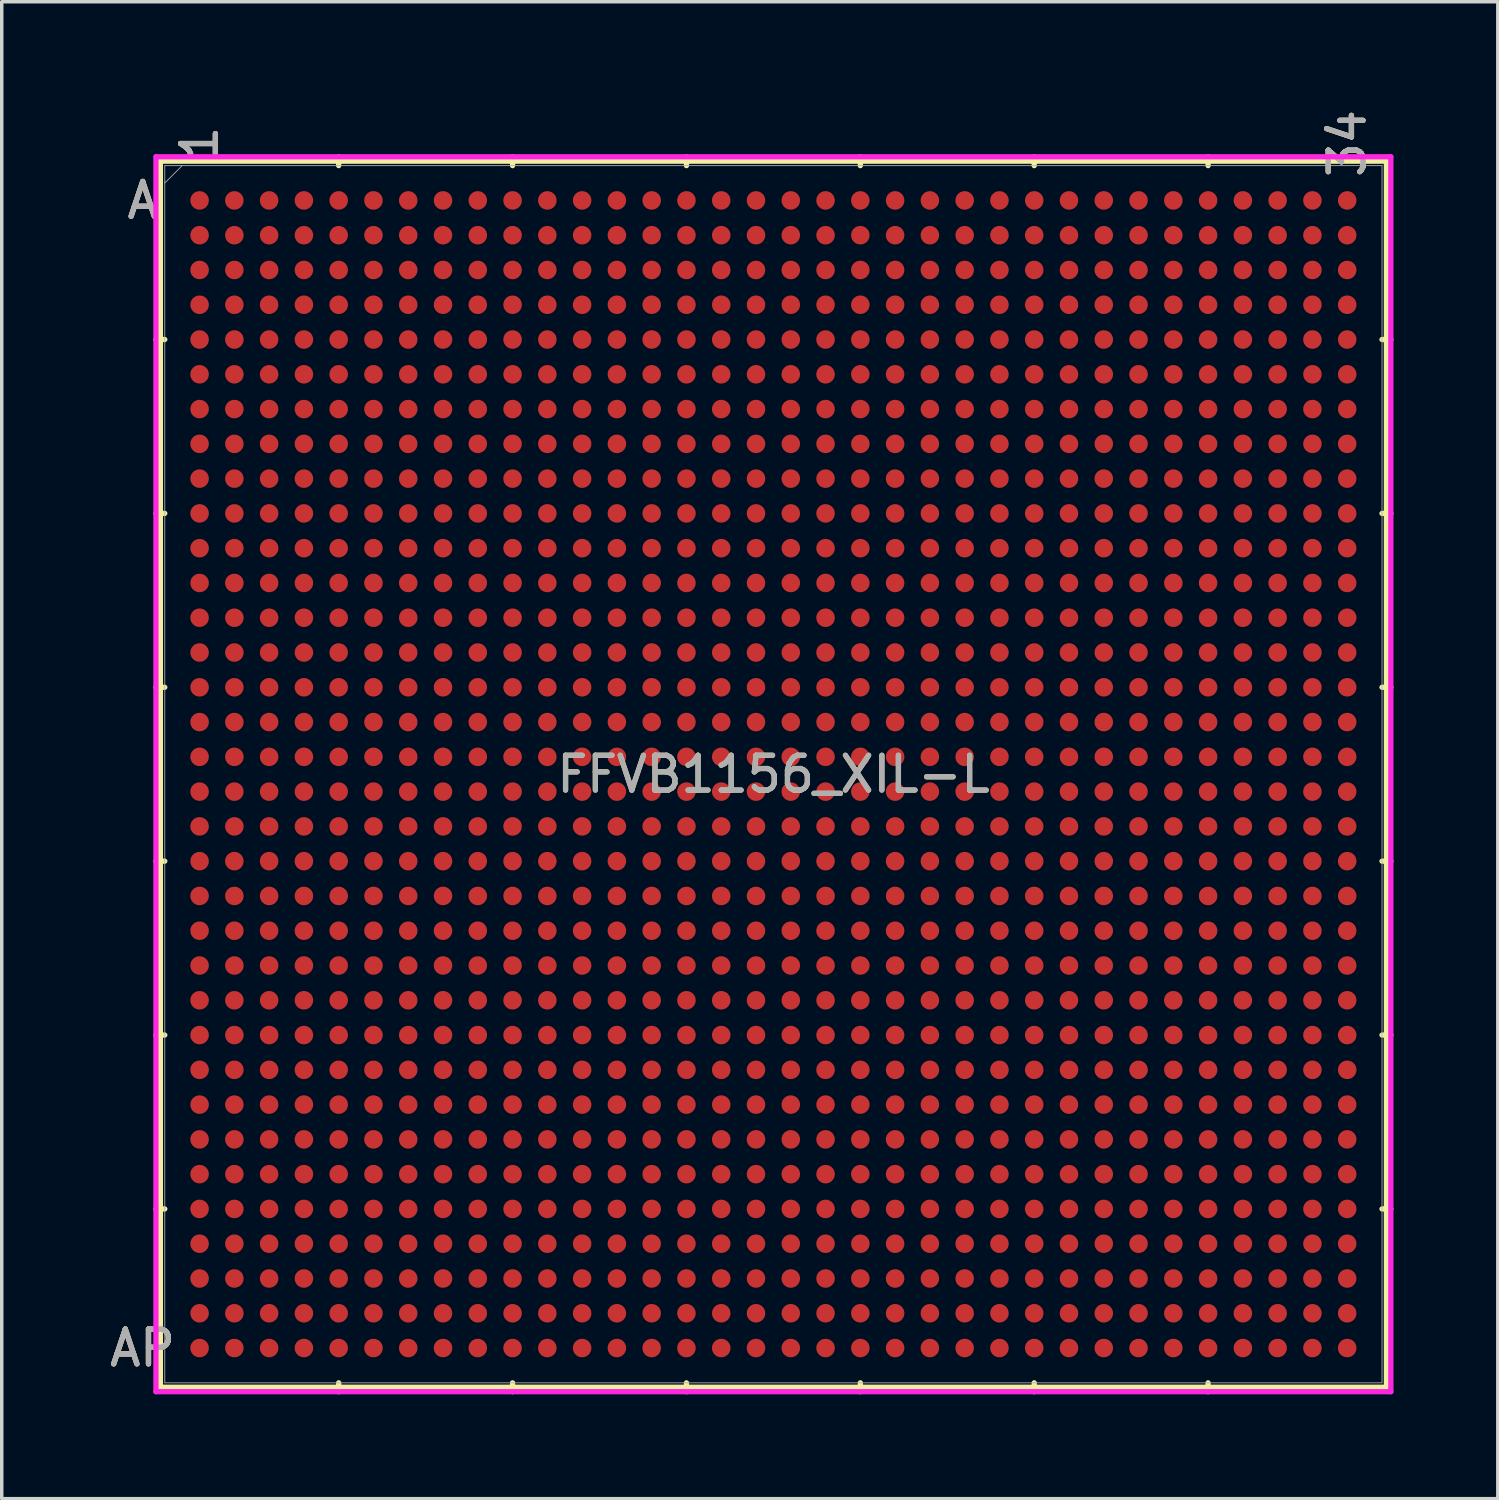
<source format=kicad_pcb>
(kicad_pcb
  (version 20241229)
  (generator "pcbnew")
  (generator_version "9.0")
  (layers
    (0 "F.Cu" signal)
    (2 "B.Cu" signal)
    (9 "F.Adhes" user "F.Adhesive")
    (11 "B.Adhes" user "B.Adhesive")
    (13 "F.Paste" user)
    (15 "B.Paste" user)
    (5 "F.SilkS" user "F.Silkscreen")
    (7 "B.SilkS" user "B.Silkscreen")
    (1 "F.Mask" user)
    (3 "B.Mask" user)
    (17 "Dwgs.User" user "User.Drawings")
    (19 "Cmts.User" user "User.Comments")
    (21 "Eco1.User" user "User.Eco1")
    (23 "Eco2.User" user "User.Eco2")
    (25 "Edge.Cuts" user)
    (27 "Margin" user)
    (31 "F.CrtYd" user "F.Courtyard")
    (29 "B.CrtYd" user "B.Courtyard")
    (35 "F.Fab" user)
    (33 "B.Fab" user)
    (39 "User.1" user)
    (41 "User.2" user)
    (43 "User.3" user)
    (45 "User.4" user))
  (footprint "FFVB1156_XIL-L"
    (layer "F.Cu")
    (at 19.189 19.213)
    (property "Reference" "FFVB1156_XIL-L" (at 0 0 0) (unlocked yes) (layer "F.SilkS") (effects (font (size 1 1) (thickness 0.15))))
    (attr smd)
    (fp_line (start -17.628 -17.628) (end -17.628 17.628) (stroke (width 0.152) (type solid)) (layer "F.SilkS"))
    (fp_line (start -17.628 17.628) (end 17.628 17.628) (stroke (width 0.152) (type solid)) (layer "F.SilkS"))
    (fp_line (start -17.501 -12.5) (end -17.755 -12.5) (stroke (width 0.152) (type solid)) (layer "F.SilkS"))
    (fp_line (start -17.501 -7.5) (end -17.755 -7.5) (stroke (width 0.152) (type solid)) (layer "F.SilkS"))
    (fp_line (start -17.501 -2.5) (end -17.755 -2.5) (stroke (width 0.152) (type solid)) (layer "F.SilkS"))
    (fp_line (start -17.501 2.5) (end -17.755 2.5) (stroke (width 0.152) (type solid)) (layer "F.SilkS"))
    (fp_line (start -17.501 7.5) (end -17.755 7.5) (stroke (width 0.152) (type solid)) (layer "F.SilkS"))
    (fp_line (start -17.501 12.5) (end -17.755 12.5) (stroke (width 0.152) (type solid)) (layer "F.SilkS"))
    (fp_line (start -12.5 -17.501) (end -12.5 -17.755) (stroke (width 0.152) (type solid)) (layer "F.SilkS"))
    (fp_line (start -12.5 17.501) (end -12.5 17.755) (stroke (width 0.152) (type solid)) (layer "F.SilkS"))
    (fp_line (start -7.5 -17.501) (end -7.5 -17.755) (stroke (width 0.152) (type solid)) (layer "F.SilkS"))
    (fp_line (start -7.5 17.501) (end -7.5 17.755) (stroke (width 0.152) (type solid)) (layer "F.SilkS"))
    (fp_line (start -2.5 -17.501) (end -2.5 -17.755) (stroke (width 0.152) (type solid)) (layer "F.SilkS"))
    (fp_line (start -2.5 17.501) (end -2.5 17.755) (stroke (width 0.152) (type solid)) (layer "F.SilkS"))
    (fp_line (start 2.5 -17.501) (end 2.5 -17.755) (stroke (width 0.152) (type solid)) (layer "F.SilkS"))
    (fp_line (start 2.5 17.501) (end 2.5 17.755) (stroke (width 0.152) (type solid)) (layer "F.SilkS"))
    (fp_line (start 7.5 -17.501) (end 7.5 -17.755) (stroke (width 0.152) (type solid)) (layer "F.SilkS"))
    (fp_line (start 7.5 17.501) (end 7.5 17.755) (stroke (width 0.152) (type solid)) (layer "F.SilkS"))
    (fp_line (start 12.5 -17.501) (end 12.5 -17.755) (stroke (width 0.152) (type solid)) (layer "F.SilkS"))
    (fp_line (start 12.5 17.501) (end 12.5 17.755) (stroke (width 0.152) (type solid)) (layer "F.SilkS"))
    (fp_line (start 17.501 -12.5) (end 17.755 -12.5) (stroke (width 0.152) (type solid)) (layer "F.SilkS"))
    (fp_line (start 17.501 -7.5) (end 17.755 -7.5) (stroke (width 0.152) (type solid)) (layer "F.SilkS"))
    (fp_line (start 17.501 -2.5) (end 17.755 -2.5) (stroke (width 0.152) (type solid)) (layer "F.SilkS"))
    (fp_line (start 17.501 2.5) (end 17.755 2.5) (stroke (width 0.152) (type solid)) (layer "F.SilkS"))
    (fp_line (start 17.501 7.5) (end 17.755 7.5) (stroke (width 0.152) (type solid)) (layer "F.SilkS"))
    (fp_line (start 17.501 12.5) (end 17.755 12.5) (stroke (width 0.152) (type solid)) (layer "F.SilkS"))
    (fp_line (start 17.628 -17.628) (end -17.628 -17.628) (stroke (width 0.152) (type solid)) (layer "F.SilkS"))
    (fp_line (start 17.628 17.628) (end 17.628 -17.628) (stroke (width 0.152) (type solid)) (layer "F.SilkS"))
    (fp_poly (pts (xy -17.508 -17.508) (xy 17.508 -17.508) (xy 17.508 17.508) (xy -17.508 17.508)) (stroke (width 0.1) (type solid)) (fill no) (layer "Eco2.User"))
    (fp_line (start -17.755 -17.755) (end 17.755 -17.755) (stroke (width 0.152) (type solid)) (layer "F.CrtYd"))
    (fp_line (start -17.755 17.755) (end -17.755 -17.755) (stroke (width 0.152) (type solid)) (layer "F.CrtYd"))
    (fp_line (start 17.755 -17.755) (end 17.755 17.755) (stroke (width 0.152) (type solid)) (layer "F.CrtYd"))
    (fp_line (start 17.755 17.755) (end -17.755 17.755) (stroke (width 0.152) (type solid)) (layer "F.CrtYd"))
    (fp_line (start -17.501 -17.501) (end -17.501 17.501) (stroke (width 0.025) (type solid)) (layer "F.Fab"))
    (fp_line (start -17.501 17.501) (end 17.501 17.501) (stroke (width 0.025) (type solid)) (layer "F.Fab"))
    (fp_line (start -17.001 -17.501) (end -17.501 -17.001) (stroke (width 0.025) (type solid)) (layer "F.Fab"))
    (fp_line (start 17.501 -17.501) (end -17.501 -17.501) (stroke (width 0.025) (type solid)) (layer "F.Fab"))
    (fp_line (start 17.501 17.501) (end 17.501 -17.501) (stroke (width 0.025) (type solid)) (layer "F.Fab"))
    (fp_text user "AP" (at -18.136 16.5 0) (unlocked yes) (layer "F.SilkS") (effects (font (size 1 1) (thickness 0.15))))
    (fp_text user "1" (at -16.5 -18.136 90) (unlocked yes) (layer "F.SilkS") (effects (font (size 1 1) (thickness 0.15))))
    (fp_text user "A" (at -18.136 -16.5 0) (unlocked yes) (layer "F.SilkS") (effects (font (size 1 1) (thickness 0.15))))
    (fp_text user "34" (at 16.5 -18.136 90) (unlocked yes) (layer "F.SilkS") (effects (font (size 1 1) (thickness 0.15))))
    (fp_text user "34" (at 16.5 -18.136 90) (unlocked yes) (layer "B.SilkS") (effects (font (size 1 1) (thickness 0.15))))
    (fp_text user "1" (at -16.5 -18.136 90) (unlocked yes) (layer "B.SilkS") (effects (font (size 1 1) (thickness 0.15))))
    (fp_text user "AP" (at -18.136 16.5 0) (unlocked yes) (layer "B.SilkS") (effects (font (size 1 1) (thickness 0.15))))
    (fp_text user "A" (at -18.136 -16.5 0) (unlocked yes) (layer "B.SilkS") (effects (font (size 1 1) (thickness 0.15))))
    (fp_text user "1" (at -16.5 -18.136 90) (unlocked yes) (layer "F.Fab") (effects (font (size 1 1) (thickness 0.15))))
    (fp_text user "${REFERENCE}" (at 0 0 0) (unlocked yes) (layer "F.Fab") (effects (font (size 1 1) (thickness 0.15))))
    (fp_text user "34" (at 16.5 -18.136 90) (unlocked yes) (layer "F.Fab") (effects (font (size 1 1) (thickness 0.15))))
    (fp_text user "AP" (at -18.136 16.5 0) (unlocked yes) (layer "F.Fab") (effects (font (size 1 1) (thickness 0.15))))
    (fp_text user "A" (at -18.136 -16.5 0) (unlocked yes) (layer "F.Fab") (effects (font (size 1 1) (thickness 0.15))))
    (pad "A1" smd circle (at -16.5 -16.5) (size 0.533 0.533) (layers "F.Cu" "F.Mask" "F.Paste"))
    (pad "A2" smd circle (at -15.5 -16.5) (size 0.533 0.533) (layers "F.Cu" "F.Mask" "F.Paste"))
    (pad "A3" smd circle (at -14.5 -16.5) (size 0.533 0.533) (layers "F.Cu" "F.Mask" "F.Paste"))
    (pad "A4" smd circle (at -13.5 -16.5) (size 0.533 0.533) (layers "F.Cu" "F.Mask" "F.Paste"))
    (pad "A5" smd circle (at -12.5 -16.5) (size 0.533 0.533) (layers "F.Cu" "F.Mask" "F.Paste"))
    (pad "A6" smd circle (at -11.5 -16.5) (size 0.533 0.533) (layers "F.Cu" "F.Mask" "F.Paste"))
    (pad "A7" smd circle (at -10.5 -16.5) (size 0.533 0.533) (layers "F.Cu" "F.Mask" "F.Paste"))
    (pad "A8" smd circle (at -9.5 -16.5) (size 0.533 0.533) (layers "F.Cu" "F.Mask" "F.Paste"))
    (pad "A9" smd circle (at -8.5 -16.5) (size 0.533 0.533) (layers "F.Cu" "F.Mask" "F.Paste"))
    (pad "A10" smd circle (at -7.5 -16.5) (size 0.533 0.533) (layers "F.Cu" "F.Mask" "F.Paste"))
    (pad "A11" smd circle (at -6.5 -16.5) (size 0.533 0.533) (layers "F.Cu" "F.Mask" "F.Paste"))
    (pad "A12" smd circle (at -5.5 -16.5) (size 0.533 0.533) (layers "F.Cu" "F.Mask" "F.Paste"))
    (pad "A13" smd circle (at -4.5 -16.5) (size 0.533 0.533) (layers "F.Cu" "F.Mask" "F.Paste"))
    (pad "A14" smd circle (at -3.5 -16.5) (size 0.533 0.533) (layers "F.Cu" "F.Mask" "F.Paste"))
    (pad "A15" smd circle (at -2.5 -16.5) (size 0.533 0.533) (layers "F.Cu" "F.Mask" "F.Paste"))
    (pad "A16" smd circle (at -1.5 -16.5) (size 0.533 0.533) (layers "F.Cu" "F.Mask" "F.Paste"))
    (pad "A17" smd circle (at -0.5 -16.5) (size 0.533 0.533) (layers "F.Cu" "F.Mask" "F.Paste"))
    (pad "A18" smd circle (at 0.5 -16.5) (size 0.533 0.533) (layers "F.Cu" "F.Mask" "F.Paste"))
    (pad "A19" smd circle (at 1.5 -16.5) (size 0.533 0.533) (layers "F.Cu" "F.Mask" "F.Paste"))
    (pad "A20" smd circle (at 2.5 -16.5) (size 0.533 0.533) (layers "F.Cu" "F.Mask" "F.Paste"))
    (pad "A21" smd circle (at 3.5 -16.5) (size 0.533 0.533) (layers "F.Cu" "F.Mask" "F.Paste"))
    (pad "A22" smd circle (at 4.5 -16.5) (size 0.533 0.533) (layers "F.Cu" "F.Mask" "F.Paste"))
    (pad "A23" smd circle (at 5.5 -16.5) (size 0.533 0.533) (layers "F.Cu" "F.Mask" "F.Paste"))
    (pad "A24" smd circle (at 6.5 -16.5) (size 0.533 0.533) (layers "F.Cu" "F.Mask" "F.Paste"))
    (pad "A25" smd circle (at 7.5 -16.5) (size 0.533 0.533) (layers "F.Cu" "F.Mask" "F.Paste"))
    (pad "A26" smd circle (at 8.5 -16.5) (size 0.533 0.533) (layers "F.Cu" "F.Mask" "F.Paste"))
    (pad "A27" smd circle (at 9.5 -16.5) (size 0.533 0.533) (layers "F.Cu" "F.Mask" "F.Paste"))
    (pad "A28" smd circle (at 10.5 -16.5) (size 0.533 0.533) (layers "F.Cu" "F.Mask" "F.Paste"))
    (pad "A29" smd circle (at 11.5 -16.5) (size 0.533 0.533) (layers "F.Cu" "F.Mask" "F.Paste"))
    (pad "A30" smd circle (at 12.5 -16.5) (size 0.533 0.533) (layers "F.Cu" "F.Mask" "F.Paste"))
    (pad "A31" smd circle (at 13.5 -16.5) (size 0.533 0.533) (layers "F.Cu" "F.Mask" "F.Paste"))
    (pad "A32" smd circle (at 14.5 -16.5) (size 0.533 0.533) (layers "F.Cu" "F.Mask" "F.Paste"))
    (pad "A33" smd circle (at 15.5 -16.5) (size 0.533 0.533) (layers "F.Cu" "F.Mask" "F.Paste"))
    (pad "A34" smd circle (at 16.5 -16.5) (size 0.533 0.533) (layers "F.Cu" "F.Mask" "F.Paste"))
    (pad "AA1" smd circle (at -16.5 3.5) (size 0.533 0.533) (layers "F.Cu" "F.Mask" "F.Paste"))
    (pad "AA2" smd circle (at -15.5 3.5) (size 0.533 0.533) (layers "F.Cu" "F.Mask" "F.Paste"))
    (pad "AA3" smd circle (at -14.5 3.5) (size 0.533 0.533) (layers "F.Cu" "F.Mask" "F.Paste"))
    (pad "AA4" smd circle (at -13.5 3.5) (size 0.533 0.533) (layers "F.Cu" "F.Mask" "F.Paste"))
    (pad "AA5" smd circle (at -12.5 3.5) (size 0.533 0.533) (layers "F.Cu" "F.Mask" "F.Paste"))
    (pad "AA6" smd circle (at -11.5 3.5) (size 0.533 0.533) (layers "F.Cu" "F.Mask" "F.Paste"))
    (pad "AA7" smd circle (at -10.5 3.5) (size 0.533 0.533) (layers "F.Cu" "F.Mask" "F.Paste"))
    (pad "AA8" smd circle (at -9.5 3.5) (size 0.533 0.533) (layers "F.Cu" "F.Mask" "F.Paste"))
    (pad "AA9" smd circle (at -8.5 3.5) (size 0.533 0.533) (layers "F.Cu" "F.Mask" "F.Paste"))
    (pad "AA10" smd circle (at -7.5 3.5) (size 0.533 0.533) (layers "F.Cu" "F.Mask" "F.Paste"))
    (pad "AA11" smd circle (at -6.5 3.5) (size 0.533 0.533) (layers "F.Cu" "F.Mask" "F.Paste"))
    (pad "AA12" smd circle (at -5.5 3.5) (size 0.533 0.533) (layers "F.Cu" "F.Mask" "F.Paste"))
    (pad "AA13" smd circle (at -4.5 3.5) (size 0.533 0.533) (layers "F.Cu" "F.Mask" "F.Paste"))
    (pad "AA14" smd circle (at -3.5 3.5) (size 0.533 0.533) (layers "F.Cu" "F.Mask" "F.Paste"))
    (pad "AA15" smd circle (at -2.5 3.5) (size 0.533 0.533) (layers "F.Cu" "F.Mask" "F.Paste"))
    (pad "AA16" smd circle (at -1.5 3.5) (size 0.533 0.533) (layers "F.Cu" "F.Mask" "F.Paste"))
    (pad "AA17" smd circle (at -0.5 3.5) (size 0.533 0.533) (layers "F.Cu" "F.Mask" "F.Paste"))
    (pad "AA18" smd circle (at 0.5 3.5) (size 0.533 0.533) (layers "F.Cu" "F.Mask" "F.Paste"))
    (pad "AA19" smd circle (at 1.5 3.5) (size 0.533 0.533) (layers "F.Cu" "F.Mask" "F.Paste"))
    (pad "AA20" smd circle (at 2.5 3.5) (size 0.533 0.533) (layers "F.Cu" "F.Mask" "F.Paste"))
    (pad "AA21" smd circle (at 3.5 3.5) (size 0.533 0.533) (layers "F.Cu" "F.Mask" "F.Paste"))
    (pad "AA22" smd circle (at 4.5 3.5) (size 0.533 0.533) (layers "F.Cu" "F.Mask" "F.Paste"))
    (pad "AA23" smd circle (at 5.5 3.5) (size 0.533 0.533) (layers "F.Cu" "F.Mask" "F.Paste"))
    (pad "AA24" smd circle (at 6.5 3.5) (size 0.533 0.533) (layers "F.Cu" "F.Mask" "F.Paste"))
    (pad "AA25" smd circle (at 7.5 3.5) (size 0.533 0.533) (layers "F.Cu" "F.Mask" "F.Paste"))
    (pad "AA26" smd circle (at 8.5 3.5) (size 0.533 0.533) (layers "F.Cu" "F.Mask" "F.Paste"))
    (pad "AA27" smd circle (at 9.5 3.5) (size 0.533 0.533) (layers "F.Cu" "F.Mask" "F.Paste"))
    (pad "AA28" smd circle (at 10.5 3.5) (size 0.533 0.533) (layers "F.Cu" "F.Mask" "F.Paste"))
    (pad "AA29" smd circle (at 11.5 3.5) (size 0.533 0.533) (layers "F.Cu" "F.Mask" "F.Paste"))
    (pad "AA30" smd circle (at 12.5 3.5) (size 0.533 0.533) (layers "F.Cu" "F.Mask" "F.Paste"))
    (pad "AA31" smd circle (at 13.5 3.5) (size 0.533 0.533) (layers "F.Cu" "F.Mask" "F.Paste"))
    (pad "AA32" smd circle (at 14.5 3.5) (size 0.533 0.533) (layers "F.Cu" "F.Mask" "F.Paste"))
    (pad "AA33" smd circle (at 15.5 3.5) (size 0.533 0.533) (layers "F.Cu" "F.Mask" "F.Paste"))
    (pad "AA34" smd circle (at 16.5 3.5) (size 0.533 0.533) (layers "F.Cu" "F.Mask" "F.Paste"))
    (pad "AB1" smd circle (at -16.5 4.5) (size 0.533 0.533) (layers "F.Cu" "F.Mask" "F.Paste"))
    (pad "AB2" smd circle (at -15.5 4.5) (size 0.533 0.533) (layers "F.Cu" "F.Mask" "F.Paste"))
    (pad "AB3" smd circle (at -14.5 4.5) (size 0.533 0.533) (layers "F.Cu" "F.Mask" "F.Paste"))
    (pad "AB4" smd circle (at -13.5 4.5) (size 0.533 0.533) (layers "F.Cu" "F.Mask" "F.Paste"))
    (pad "AB5" smd circle (at -12.5 4.5) (size 0.533 0.533) (layers "F.Cu" "F.Mask" "F.Paste"))
    (pad "AB6" smd circle (at -11.5 4.5) (size 0.533 0.533) (layers "F.Cu" "F.Mask" "F.Paste"))
    (pad "AB7" smd circle (at -10.5 4.5) (size 0.533 0.533) (layers "F.Cu" "F.Mask" "F.Paste"))
    (pad "AB8" smd circle (at -9.5 4.5) (size 0.533 0.533) (layers "F.Cu" "F.Mask" "F.Paste"))
    (pad "AB9" smd circle (at -8.5 4.5) (size 0.533 0.533) (layers "F.Cu" "F.Mask" "F.Paste"))
    (pad "AB10" smd circle (at -7.5 4.5) (size 0.533 0.533) (layers "F.Cu" "F.Mask" "F.Paste"))
    (pad "AB11" smd circle (at -6.5 4.5) (size 0.533 0.533) (layers "F.Cu" "F.Mask" "F.Paste"))
    (pad "AB12" smd circle (at -5.5 4.5) (size 0.533 0.533) (layers "F.Cu" "F.Mask" "F.Paste"))
    (pad "AB13" smd circle (at -4.5 4.5) (size 0.533 0.533) (layers "F.Cu" "F.Mask" "F.Paste"))
    (pad "AB14" smd circle (at -3.5 4.5) (size 0.533 0.533) (layers "F.Cu" "F.Mask" "F.Paste"))
    (pad "AB15" smd circle (at -2.5 4.5) (size 0.533 0.533) (layers "F.Cu" "F.Mask" "F.Paste"))
    (pad "AB16" smd circle (at -1.5 4.5) (size 0.533 0.533) (layers "F.Cu" "F.Mask" "F.Paste"))
    (pad "AB17" smd circle (at -0.5 4.5) (size 0.533 0.533) (layers "F.Cu" "F.Mask" "F.Paste"))
    (pad "AB18" smd circle (at 0.5 4.5) (size 0.533 0.533) (layers "F.Cu" "F.Mask" "F.Paste"))
    (pad "AB19" smd circle (at 1.5 4.5) (size 0.533 0.533) (layers "F.Cu" "F.Mask" "F.Paste"))
    (pad "AB20" smd circle (at 2.5 4.5) (size 0.533 0.533) (layers "F.Cu" "F.Mask" "F.Paste"))
    (pad "AB21" smd circle (at 3.5 4.5) (size 0.533 0.533) (layers "F.Cu" "F.Mask" "F.Paste"))
    (pad "AB22" smd circle (at 4.5 4.5) (size 0.533 0.533) (layers "F.Cu" "F.Mask" "F.Paste"))
    (pad "AB23" smd circle (at 5.5 4.5) (size 0.533 0.533) (layers "F.Cu" "F.Mask" "F.Paste"))
    (pad "AB24" smd circle (at 6.5 4.5) (size 0.533 0.533) (layers "F.Cu" "F.Mask" "F.Paste"))
    (pad "AB25" smd circle (at 7.5 4.5) (size 0.533 0.533) (layers "F.Cu" "F.Mask" "F.Paste"))
    (pad "AB26" smd circle (at 8.5 4.5) (size 0.533 0.533) (layers "F.Cu" "F.Mask" "F.Paste"))
    (pad "AB27" smd circle (at 9.5 4.5) (size 0.533 0.533) (layers "F.Cu" "F.Mask" "F.Paste"))
    (pad "AB28" smd circle (at 10.5 4.5) (size 0.533 0.533) (layers "F.Cu" "F.Mask" "F.Paste"))
    (pad "AB29" smd circle (at 11.5 4.5) (size 0.533 0.533) (layers "F.Cu" "F.Mask" "F.Paste"))
    (pad "AB30" smd circle (at 12.5 4.5) (size 0.533 0.533) (layers "F.Cu" "F.Mask" "F.Paste"))
    (pad "AB31" smd circle (at 13.5 4.5) (size 0.533 0.533) (layers "F.Cu" "F.Mask" "F.Paste"))
    (pad "AB32" smd circle (at 14.5 4.5) (size 0.533 0.533) (layers "F.Cu" "F.Mask" "F.Paste"))
    (pad "AB33" smd circle (at 15.5 4.5) (size 0.533 0.533) (layers "F.Cu" "F.Mask" "F.Paste"))
    (pad "AB34" smd circle (at 16.5 4.5) (size 0.533 0.533) (layers "F.Cu" "F.Mask" "F.Paste"))
    (pad "AC1" smd circle (at -16.5 5.5) (size 0.533 0.533) (layers "F.Cu" "F.Mask" "F.Paste"))
    (pad "AC2" smd circle (at -15.5 5.5) (size 0.533 0.533) (layers "F.Cu" "F.Mask" "F.Paste"))
    (pad "AC3" smd circle (at -14.5 5.5) (size 0.533 0.533) (layers "F.Cu" "F.Mask" "F.Paste"))
    (pad "AC4" smd circle (at -13.5 5.5) (size 0.533 0.533) (layers "F.Cu" "F.Mask" "F.Paste"))
    (pad "AC5" smd circle (at -12.5 5.5) (size 0.533 0.533) (layers "F.Cu" "F.Mask" "F.Paste"))
    (pad "AC6" smd circle (at -11.5 5.5) (size 0.533 0.533) (layers "F.Cu" "F.Mask" "F.Paste"))
    (pad "AC7" smd circle (at -10.5 5.5) (size 0.533 0.533) (layers "F.Cu" "F.Mask" "F.Paste"))
    (pad "AC8" smd circle (at -9.5 5.5) (size 0.533 0.533) (layers "F.Cu" "F.Mask" "F.Paste"))
    (pad "AC9" smd circle (at -8.5 5.5) (size 0.533 0.533) (layers "F.Cu" "F.Mask" "F.Paste"))
    (pad "AC10" smd circle (at -7.5 5.5) (size 0.533 0.533) (layers "F.Cu" "F.Mask" "F.Paste"))
    (pad "AC11" smd circle (at -6.5 5.5) (size 0.533 0.533) (layers "F.Cu" "F.Mask" "F.Paste"))
    (pad "AC12" smd circle (at -5.5 5.5) (size 0.533 0.533) (layers "F.Cu" "F.Mask" "F.Paste"))
    (pad "AC13" smd circle (at -4.5 5.5) (size 0.533 0.533) (layers "F.Cu" "F.Mask" "F.Paste"))
    (pad "AC14" smd circle (at -3.5 5.5) (size 0.533 0.533) (layers "F.Cu" "F.Mask" "F.Paste"))
    (pad "AC15" smd circle (at -2.5 5.5) (size 0.533 0.533) (layers "F.Cu" "F.Mask" "F.Paste"))
    (pad "AC16" smd circle (at -1.5 5.5) (size 0.533 0.533) (layers "F.Cu" "F.Mask" "F.Paste"))
    (pad "AC17" smd circle (at -0.5 5.5) (size 0.533 0.533) (layers "F.Cu" "F.Mask" "F.Paste"))
    (pad "AC18" smd circle (at 0.5 5.5) (size 0.533 0.533) (layers "F.Cu" "F.Mask" "F.Paste"))
    (pad "AC19" smd circle (at 1.5 5.5) (size 0.533 0.533) (layers "F.Cu" "F.Mask" "F.Paste"))
    (pad "AC20" smd circle (at 2.5 5.5) (size 0.533 0.533) (layers "F.Cu" "F.Mask" "F.Paste"))
    (pad "AC21" smd circle (at 3.5 5.5) (size 0.533 0.533) (layers "F.Cu" "F.Mask" "F.Paste"))
    (pad "AC22" smd circle (at 4.5 5.5) (size 0.533 0.533) (layers "F.Cu" "F.Mask" "F.Paste"))
    (pad "AC23" smd circle (at 5.5 5.5) (size 0.533 0.533) (layers "F.Cu" "F.Mask" "F.Paste"))
    (pad "AC24" smd circle (at 6.5 5.5) (size 0.533 0.533) (layers "F.Cu" "F.Mask" "F.Paste"))
    (pad "AC25" smd circle (at 7.5 5.5) (size 0.533 0.533) (layers "F.Cu" "F.Mask" "F.Paste"))
    (pad "AC26" smd circle (at 8.5 5.5) (size 0.533 0.533) (layers "F.Cu" "F.Mask" "F.Paste"))
    (pad "AC27" smd circle (at 9.5 5.5) (size 0.533 0.533) (layers "F.Cu" "F.Mask" "F.Paste"))
    (pad "AC28" smd circle (at 10.5 5.5) (size 0.533 0.533) (layers "F.Cu" "F.Mask" "F.Paste"))
    (pad "AC29" smd circle (at 11.5 5.5) (size 0.533 0.533) (layers "F.Cu" "F.Mask" "F.Paste"))
    (pad "AC30" smd circle (at 12.5 5.5) (size 0.533 0.533) (layers "F.Cu" "F.Mask" "F.Paste"))
    (pad "AC31" smd circle (at 13.5 5.5) (size 0.533 0.533) (layers "F.Cu" "F.Mask" "F.Paste"))
    (pad "AC32" smd circle (at 14.5 5.5) (size 0.533 0.533) (layers "F.Cu" "F.Mask" "F.Paste"))
    (pad "AC33" smd circle (at 15.5 5.5) (size 0.533 0.533) (layers "F.Cu" "F.Mask" "F.Paste"))
    (pad "AC34" smd circle (at 16.5 5.5) (size 0.533 0.533) (layers "F.Cu" "F.Mask" "F.Paste"))
    (pad "AD1" smd circle (at -16.5 6.5) (size 0.533 0.533) (layers "F.Cu" "F.Mask" "F.Paste"))
    (pad "AD2" smd circle (at -15.5 6.5) (size 0.533 0.533) (layers "F.Cu" "F.Mask" "F.Paste"))
    (pad "AD3" smd circle (at -14.5 6.5) (size 0.533 0.533) (layers "F.Cu" "F.Mask" "F.Paste"))
    (pad "AD4" smd circle (at -13.5 6.5) (size 0.533 0.533) (layers "F.Cu" "F.Mask" "F.Paste"))
    (pad "AD5" smd circle (at -12.5 6.5) (size 0.533 0.533) (layers "F.Cu" "F.Mask" "F.Paste"))
    (pad "AD6" smd circle (at -11.5 6.5) (size 0.533 0.533) (layers "F.Cu" "F.Mask" "F.Paste"))
    (pad "AD7" smd circle (at -10.5 6.5) (size 0.533 0.533) (layers "F.Cu" "F.Mask" "F.Paste"))
    (pad "AD8" smd circle (at -9.5 6.5) (size 0.533 0.533) (layers "F.Cu" "F.Mask" "F.Paste"))
    (pad "AD9" smd circle (at -8.5 6.5) (size 0.533 0.533) (layers "F.Cu" "F.Mask" "F.Paste"))
    (pad "AD10" smd circle (at -7.5 6.5) (size 0.533 0.533) (layers "F.Cu" "F.Mask" "F.Paste"))
    (pad "AD11" smd circle (at -6.5 6.5) (size 0.533 0.533) (layers "F.Cu" "F.Mask" "F.Paste"))
    (pad "AD12" smd circle (at -5.5 6.5) (size 0.533 0.533) (layers "F.Cu" "F.Mask" "F.Paste"))
    (pad "AD13" smd circle (at -4.5 6.5) (size 0.533 0.533) (layers "F.Cu" "F.Mask" "F.Paste"))
    (pad "AD14" smd circle (at -3.5 6.5) (size 0.533 0.533) (layers "F.Cu" "F.Mask" "F.Paste"))
    (pad "AD15" smd circle (at -2.5 6.5) (size 0.533 0.533) (layers "F.Cu" "F.Mask" "F.Paste"))
    (pad "AD16" smd circle (at -1.5 6.5) (size 0.533 0.533) (layers "F.Cu" "F.Mask" "F.Paste"))
    (pad "AD17" smd circle (at -0.5 6.5) (size 0.533 0.533) (layers "F.Cu" "F.Mask" "F.Paste"))
    (pad "AD18" smd circle (at 0.5 6.5) (size 0.533 0.533) (layers "F.Cu" "F.Mask" "F.Paste"))
    (pad "AD19" smd circle (at 1.5 6.5) (size 0.533 0.533) (layers "F.Cu" "F.Mask" "F.Paste"))
    (pad "AD20" smd circle (at 2.5 6.5) (size 0.533 0.533) (layers "F.Cu" "F.Mask" "F.Paste"))
    (pad "AD21" smd circle (at 3.5 6.5) (size 0.533 0.533) (layers "F.Cu" "F.Mask" "F.Paste"))
    (pad "AD22" smd circle (at 4.5 6.5) (size 0.533 0.533) (layers "F.Cu" "F.Mask" "F.Paste"))
    (pad "AD23" smd circle (at 5.5 6.5) (size 0.533 0.533) (layers "F.Cu" "F.Mask" "F.Paste"))
    (pad "AD24" smd circle (at 6.5 6.5) (size 0.533 0.533) (layers "F.Cu" "F.Mask" "F.Paste"))
    (pad "AD25" smd circle (at 7.5 6.5) (size 0.533 0.533) (layers "F.Cu" "F.Mask" "F.Paste"))
    (pad "AD26" smd circle (at 8.5 6.5) (size 0.533 0.533) (layers "F.Cu" "F.Mask" "F.Paste"))
    (pad "AD27" smd circle (at 9.5 6.5) (size 0.533 0.533) (layers "F.Cu" "F.Mask" "F.Paste"))
    (pad "AD28" smd circle (at 10.5 6.5) (size 0.533 0.533) (layers "F.Cu" "F.Mask" "F.Paste"))
    (pad "AD29" smd circle (at 11.5 6.5) (size 0.533 0.533) (layers "F.Cu" "F.Mask" "F.Paste"))
    (pad "AD30" smd circle (at 12.5 6.5) (size 0.533 0.533) (layers "F.Cu" "F.Mask" "F.Paste"))
    (pad "AD31" smd circle (at 13.5 6.5) (size 0.533 0.533) (layers "F.Cu" "F.Mask" "F.Paste"))
    (pad "AD32" smd circle (at 14.5 6.5) (size 0.533 0.533) (layers "F.Cu" "F.Mask" "F.Paste"))
    (pad "AD33" smd circle (at 15.5 6.5) (size 0.533 0.533) (layers "F.Cu" "F.Mask" "F.Paste"))
    (pad "AD34" smd circle (at 16.5 6.5) (size 0.533 0.533) (layers "F.Cu" "F.Mask" "F.Paste"))
    (pad "AE1" smd circle (at -16.5 7.5) (size 0.533 0.533) (layers "F.Cu" "F.Mask" "F.Paste"))
    (pad "AE2" smd circle (at -15.5 7.5) (size 0.533 0.533) (layers "F.Cu" "F.Mask" "F.Paste"))
    (pad "AE3" smd circle (at -14.5 7.5) (size 0.533 0.533) (layers "F.Cu" "F.Mask" "F.Paste"))
    (pad "AE4" smd circle (at -13.5 7.5) (size 0.533 0.533) (layers "F.Cu" "F.Mask" "F.Paste"))
    (pad "AE5" smd circle (at -12.5 7.5) (size 0.533 0.533) (layers "F.Cu" "F.Mask" "F.Paste"))
    (pad "AE6" smd circle (at -11.5 7.5) (size 0.533 0.533) (layers "F.Cu" "F.Mask" "F.Paste"))
    (pad "AE7" smd circle (at -10.5 7.5) (size 0.533 0.533) (layers "F.Cu" "F.Mask" "F.Paste"))
    (pad "AE8" smd circle (at -9.5 7.5) (size 0.533 0.533) (layers "F.Cu" "F.Mask" "F.Paste"))
    (pad "AE9" smd circle (at -8.5 7.5) (size 0.533 0.533) (layers "F.Cu" "F.Mask" "F.Paste"))
    (pad "AE10" smd circle (at -7.5 7.5) (size 0.533 0.533) (layers "F.Cu" "F.Mask" "F.Paste"))
    (pad "AE11" smd circle (at -6.5 7.5) (size 0.533 0.533) (layers "F.Cu" "F.Mask" "F.Paste"))
    (pad "AE12" smd circle (at -5.5 7.5) (size 0.533 0.533) (layers "F.Cu" "F.Mask" "F.Paste"))
    (pad "AE13" smd circle (at -4.5 7.5) (size 0.533 0.533) (layers "F.Cu" "F.Mask" "F.Paste"))
    (pad "AE14" smd circle (at -3.5 7.5) (size 0.533 0.533) (layers "F.Cu" "F.Mask" "F.Paste"))
    (pad "AE15" smd circle (at -2.5 7.5) (size 0.533 0.533) (layers "F.Cu" "F.Mask" "F.Paste"))
    (pad "AE16" smd circle (at -1.5 7.5) (size 0.533 0.533) (layers "F.Cu" "F.Mask" "F.Paste"))
    (pad "AE17" smd circle (at -0.5 7.5) (size 0.533 0.533) (layers "F.Cu" "F.Mask" "F.Paste"))
    (pad "AE18" smd circle (at 0.5 7.5) (size 0.533 0.533) (layers "F.Cu" "F.Mask" "F.Paste"))
    (pad "AE19" smd circle (at 1.5 7.5) (size 0.533 0.533) (layers "F.Cu" "F.Mask" "F.Paste"))
    (pad "AE20" smd circle (at 2.5 7.5) (size 0.533 0.533) (layers "F.Cu" "F.Mask" "F.Paste"))
    (pad "AE21" smd circle (at 3.5 7.5) (size 0.533 0.533) (layers "F.Cu" "F.Mask" "F.Paste"))
    (pad "AE22" smd circle (at 4.5 7.5) (size 0.533 0.533) (layers "F.Cu" "F.Mask" "F.Paste"))
    (pad "AE23" smd circle (at 5.5 7.5) (size 0.533 0.533) (layers "F.Cu" "F.Mask" "F.Paste"))
    (pad "AE24" smd circle (at 6.5 7.5) (size 0.533 0.533) (layers "F.Cu" "F.Mask" "F.Paste"))
    (pad "AE25" smd circle (at 7.5 7.5) (size 0.533 0.533) (layers "F.Cu" "F.Mask" "F.Paste"))
    (pad "AE26" smd circle (at 8.5 7.5) (size 0.533 0.533) (layers "F.Cu" "F.Mask" "F.Paste"))
    (pad "AE27" smd circle (at 9.5 7.5) (size 0.533 0.533) (layers "F.Cu" "F.Mask" "F.Paste"))
    (pad "AE28" smd circle (at 10.5 7.5) (size 0.533 0.533) (layers "F.Cu" "F.Mask" "F.Paste"))
    (pad "AE29" smd circle (at 11.5 7.5) (size 0.533 0.533) (layers "F.Cu" "F.Mask" "F.Paste"))
    (pad "AE30" smd circle (at 12.5 7.5) (size 0.533 0.533) (layers "F.Cu" "F.Mask" "F.Paste"))
    (pad "AE31" smd circle (at 13.5 7.5) (size 0.533 0.533) (layers "F.Cu" "F.Mask" "F.Paste"))
    (pad "AE32" smd circle (at 14.5 7.5) (size 0.533 0.533) (layers "F.Cu" "F.Mask" "F.Paste"))
    (pad "AE33" smd circle (at 15.5 7.5) (size 0.533 0.533) (layers "F.Cu" "F.Mask" "F.Paste"))
    (pad "AE34" smd circle (at 16.5 7.5) (size 0.533 0.533) (layers "F.Cu" "F.Mask" "F.Paste"))
    (pad "AF1" smd circle (at -16.5 8.5) (size 0.533 0.533) (layers "F.Cu" "F.Mask" "F.Paste"))
    (pad "AF2" smd circle (at -15.5 8.5) (size 0.533 0.533) (layers "F.Cu" "F.Mask" "F.Paste"))
    (pad "AF3" smd circle (at -14.5 8.5) (size 0.533 0.533) (layers "F.Cu" "F.Mask" "F.Paste"))
    (pad "AF4" smd circle (at -13.5 8.5) (size 0.533 0.533) (layers "F.Cu" "F.Mask" "F.Paste"))
    (pad "AF5" smd circle (at -12.5 8.5) (size 0.533 0.533) (layers "F.Cu" "F.Mask" "F.Paste"))
    (pad "AF6" smd circle (at -11.5 8.5) (size 0.533 0.533) (layers "F.Cu" "F.Mask" "F.Paste"))
    (pad "AF7" smd circle (at -10.5 8.5) (size 0.533 0.533) (layers "F.Cu" "F.Mask" "F.Paste"))
    (pad "AF8" smd circle (at -9.5 8.5) (size 0.533 0.533) (layers "F.Cu" "F.Mask" "F.Paste"))
    (pad "AF9" smd circle (at -8.5 8.5) (size 0.533 0.533) (layers "F.Cu" "F.Mask" "F.Paste"))
    (pad "AF10" smd circle (at -7.5 8.5) (size 0.533 0.533) (layers "F.Cu" "F.Mask" "F.Paste"))
    (pad "AF11" smd circle (at -6.5 8.5) (size 0.533 0.533) (layers "F.Cu" "F.Mask" "F.Paste"))
    (pad "AF12" smd circle (at -5.5 8.5) (size 0.533 0.533) (layers "F.Cu" "F.Mask" "F.Paste"))
    (pad "AF13" smd circle (at -4.5 8.5) (size 0.533 0.533) (layers "F.Cu" "F.Mask" "F.Paste"))
    (pad "AF14" smd circle (at -3.5 8.5) (size 0.533 0.533) (layers "F.Cu" "F.Mask" "F.Paste"))
    (pad "AF15" smd circle (at -2.5 8.5) (size 0.533 0.533) (layers "F.Cu" "F.Mask" "F.Paste"))
    (pad "AF16" smd circle (at -1.5 8.5) (size 0.533 0.533) (layers "F.Cu" "F.Mask" "F.Paste"))
    (pad "AF17" smd circle (at -0.5 8.5) (size 0.533 0.533) (layers "F.Cu" "F.Mask" "F.Paste"))
    (pad "AF18" smd circle (at 0.5 8.5) (size 0.533 0.533) (layers "F.Cu" "F.Mask" "F.Paste"))
    (pad "AF19" smd circle (at 1.5 8.5) (size 0.533 0.533) (layers "F.Cu" "F.Mask" "F.Paste"))
    (pad "AF20" smd circle (at 2.5 8.5) (size 0.533 0.533) (layers "F.Cu" "F.Mask" "F.Paste"))
    (pad "AF21" smd circle (at 3.5 8.5) (size 0.533 0.533) (layers "F.Cu" "F.Mask" "F.Paste"))
    (pad "AF22" smd circle (at 4.5 8.5) (size 0.533 0.533) (layers "F.Cu" "F.Mask" "F.Paste"))
    (pad "AF23" smd circle (at 5.5 8.5) (size 0.533 0.533) (layers "F.Cu" "F.Mask" "F.Paste"))
    (pad "AF24" smd circle (at 6.5 8.5) (size 0.533 0.533) (layers "F.Cu" "F.Mask" "F.Paste"))
    (pad "AF25" smd circle (at 7.5 8.5) (size 0.533 0.533) (layers "F.Cu" "F.Mask" "F.Paste"))
    (pad "AF26" smd circle (at 8.5 8.5) (size 0.533 0.533) (layers "F.Cu" "F.Mask" "F.Paste"))
    (pad "AF27" smd circle (at 9.5 8.5) (size 0.533 0.533) (layers "F.Cu" "F.Mask" "F.Paste"))
    (pad "AF28" smd circle (at 10.5 8.5) (size 0.533 0.533) (layers "F.Cu" "F.Mask" "F.Paste"))
    (pad "AF29" smd circle (at 11.5 8.5) (size 0.533 0.533) (layers "F.Cu" "F.Mask" "F.Paste"))
    (pad "AF30" smd circle (at 12.5 8.5) (size 0.533 0.533) (layers "F.Cu" "F.Mask" "F.Paste"))
    (pad "AF31" smd circle (at 13.5 8.5) (size 0.533 0.533) (layers "F.Cu" "F.Mask" "F.Paste"))
    (pad "AF32" smd circle (at 14.5 8.5) (size 0.533 0.533) (layers "F.Cu" "F.Mask" "F.Paste"))
    (pad "AF33" smd circle (at 15.5 8.5) (size 0.533 0.533) (layers "F.Cu" "F.Mask" "F.Paste"))
    (pad "AF34" smd circle (at 16.5 8.5) (size 0.533 0.533) (layers "F.Cu" "F.Mask" "F.Paste"))
    (pad "AG1" smd circle (at -16.5 9.5) (size 0.533 0.533) (layers "F.Cu" "F.Mask" "F.Paste"))
    (pad "AG2" smd circle (at -15.5 9.5) (size 0.533 0.533) (layers "F.Cu" "F.Mask" "F.Paste"))
    (pad "AG3" smd circle (at -14.5 9.5) (size 0.533 0.533) (layers "F.Cu" "F.Mask" "F.Paste"))
    (pad "AG4" smd circle (at -13.5 9.5) (size 0.533 0.533) (layers "F.Cu" "F.Mask" "F.Paste"))
    (pad "AG5" smd circle (at -12.5 9.5) (size 0.533 0.533) (layers "F.Cu" "F.Mask" "F.Paste"))
    (pad "AG6" smd circle (at -11.5 9.5) (size 0.533 0.533) (layers "F.Cu" "F.Mask" "F.Paste"))
    (pad "AG7" smd circle (at -10.5 9.5) (size 0.533 0.533) (layers "F.Cu" "F.Mask" "F.Paste"))
    (pad "AG8" smd circle (at -9.5 9.5) (size 0.533 0.533) (layers "F.Cu" "F.Mask" "F.Paste"))
    (pad "AG9" smd circle (at -8.5 9.5) (size 0.533 0.533) (layers "F.Cu" "F.Mask" "F.Paste"))
    (pad "AG10" smd circle (at -7.5 9.5) (size 0.533 0.533) (layers "F.Cu" "F.Mask" "F.Paste"))
    (pad "AG11" smd circle (at -6.5 9.5) (size 0.533 0.533) (layers "F.Cu" "F.Mask" "F.Paste"))
    (pad "AG12" smd circle (at -5.5 9.5) (size 0.533 0.533) (layers "F.Cu" "F.Mask" "F.Paste"))
    (pad "AG13" smd circle (at -4.5 9.5) (size 0.533 0.533) (layers "F.Cu" "F.Mask" "F.Paste"))
    (pad "AG14" smd circle (at -3.5 9.5) (size 0.533 0.533) (layers "F.Cu" "F.Mask" "F.Paste"))
    (pad "AG15" smd circle (at -2.5 9.5) (size 0.533 0.533) (layers "F.Cu" "F.Mask" "F.Paste"))
    (pad "AG16" smd circle (at -1.5 9.5) (size 0.533 0.533) (layers "F.Cu" "F.Mask" "F.Paste"))
    (pad "AG17" smd circle (at -0.5 9.5) (size 0.533 0.533) (layers "F.Cu" "F.Mask" "F.Paste"))
    (pad "AG18" smd circle (at 0.5 9.5) (size 0.533 0.533) (layers "F.Cu" "F.Mask" "F.Paste"))
    (pad "AG19" smd circle (at 1.5 9.5) (size 0.533 0.533) (layers "F.Cu" "F.Mask" "F.Paste"))
    (pad "AG20" smd circle (at 2.5 9.5) (size 0.533 0.533) (layers "F.Cu" "F.Mask" "F.Paste"))
    (pad "AG21" smd circle (at 3.5 9.5) (size 0.533 0.533) (layers "F.Cu" "F.Mask" "F.Paste"))
    (pad "AG22" smd circle (at 4.5 9.5) (size 0.533 0.533) (layers "F.Cu" "F.Mask" "F.Paste"))
    (pad "AG23" smd circle (at 5.5 9.5) (size 0.533 0.533) (layers "F.Cu" "F.Mask" "F.Paste"))
    (pad "AG24" smd circle (at 6.5 9.5) (size 0.533 0.533) (layers "F.Cu" "F.Mask" "F.Paste"))
    (pad "AG25" smd circle (at 7.5 9.5) (size 0.533 0.533) (layers "F.Cu" "F.Mask" "F.Paste"))
    (pad "AG26" smd circle (at 8.5 9.5) (size 0.533 0.533) (layers "F.Cu" "F.Mask" "F.Paste"))
    (pad "AG27" smd circle (at 9.5 9.5) (size 0.533 0.533) (layers "F.Cu" "F.Mask" "F.Paste"))
    (pad "AG28" smd circle (at 10.5 9.5) (size 0.533 0.533) (layers "F.Cu" "F.Mask" "F.Paste"))
    (pad "AG29" smd circle (at 11.5 9.5) (size 0.533 0.533) (layers "F.Cu" "F.Mask" "F.Paste"))
    (pad "AG30" smd circle (at 12.5 9.5) (size 0.533 0.533) (layers "F.Cu" "F.Mask" "F.Paste"))
    (pad "AG31" smd circle (at 13.5 9.5) (size 0.533 0.533) (layers "F.Cu" "F.Mask" "F.Paste"))
    (pad "AG32" smd circle (at 14.5 9.5) (size 0.533 0.533) (layers "F.Cu" "F.Mask" "F.Paste"))
    (pad "AG33" smd circle (at 15.5 9.5) (size 0.533 0.533) (layers "F.Cu" "F.Mask" "F.Paste"))
    (pad "AG34" smd circle (at 16.5 9.5) (size 0.533 0.533) (layers "F.Cu" "F.Mask" "F.Paste"))
    (pad "AH1" smd circle (at -16.5 10.5) (size 0.533 0.533) (layers "F.Cu" "F.Mask" "F.Paste"))
    (pad "AH2" smd circle (at -15.5 10.5) (size 0.533 0.533) (layers "F.Cu" "F.Mask" "F.Paste"))
    (pad "AH3" smd circle (at -14.5 10.5) (size 0.533 0.533) (layers "F.Cu" "F.Mask" "F.Paste"))
    (pad "AH4" smd circle (at -13.5 10.5) (size 0.533 0.533) (layers "F.Cu" "F.Mask" "F.Paste"))
    (pad "AH5" smd circle (at -12.5 10.5) (size 0.533 0.533) (layers "F.Cu" "F.Mask" "F.Paste"))
    (pad "AH6" smd circle (at -11.5 10.5) (size 0.533 0.533) (layers "F.Cu" "F.Mask" "F.Paste"))
    (pad "AH7" smd circle (at -10.5 10.5) (size 0.533 0.533) (layers "F.Cu" "F.Mask" "F.Paste"))
    (pad "AH8" smd circle (at -9.5 10.5) (size 0.533 0.533) (layers "F.Cu" "F.Mask" "F.Paste"))
    (pad "AH9" smd circle (at -8.5 10.5) (size 0.533 0.533) (layers "F.Cu" "F.Mask" "F.Paste"))
    (pad "AH10" smd circle (at -7.5 10.5) (size 0.533 0.533) (layers "F.Cu" "F.Mask" "F.Paste"))
    (pad "AH11" smd circle (at -6.5 10.5) (size 0.533 0.533) (layers "F.Cu" "F.Mask" "F.Paste"))
    (pad "AH12" smd circle (at -5.5 10.5) (size 0.533 0.533) (layers "F.Cu" "F.Mask" "F.Paste"))
    (pad "AH13" smd circle (at -4.5 10.5) (size 0.533 0.533) (layers "F.Cu" "F.Mask" "F.Paste"))
    (pad "AH14" smd circle (at -3.5 10.5) (size 0.533 0.533) (layers "F.Cu" "F.Mask" "F.Paste"))
    (pad "AH15" smd circle (at -2.5 10.5) (size 0.533 0.533) (layers "F.Cu" "F.Mask" "F.Paste"))
    (pad "AH16" smd circle (at -1.5 10.5) (size 0.533 0.533) (layers "F.Cu" "F.Mask" "F.Paste"))
    (pad "AH17" smd circle (at -0.5 10.5) (size 0.533 0.533) (layers "F.Cu" "F.Mask" "F.Paste"))
    (pad "AH18" smd circle (at 0.5 10.5) (size 0.533 0.533) (layers "F.Cu" "F.Mask" "F.Paste"))
    (pad "AH19" smd circle (at 1.5 10.5) (size 0.533 0.533) (layers "F.Cu" "F.Mask" "F.Paste"))
    (pad "AH20" smd circle (at 2.5 10.5) (size 0.533 0.533) (layers "F.Cu" "F.Mask" "F.Paste"))
    (pad "AH21" smd circle (at 3.5 10.5) (size 0.533 0.533) (layers "F.Cu" "F.Mask" "F.Paste"))
    (pad "AH22" smd circle (at 4.5 10.5) (size 0.533 0.533) (layers "F.Cu" "F.Mask" "F.Paste"))
    (pad "AH23" smd circle (at 5.5 10.5) (size 0.533 0.533) (layers "F.Cu" "F.Mask" "F.Paste"))
    (pad "AH24" smd circle (at 6.5 10.5) (size 0.533 0.533) (layers "F.Cu" "F.Mask" "F.Paste"))
    (pad "AH25" smd circle (at 7.5 10.5) (size 0.533 0.533) (layers "F.Cu" "F.Mask" "F.Paste"))
    (pad "AH26" smd circle (at 8.5 10.5) (size 0.533 0.533) (layers "F.Cu" "F.Mask" "F.Paste"))
    (pad "AH27" smd circle (at 9.5 10.5) (size 0.533 0.533) (layers "F.Cu" "F.Mask" "F.Paste"))
    (pad "AH28" smd circle (at 10.5 10.5) (size 0.533 0.533) (layers "F.Cu" "F.Mask" "F.Paste"))
    (pad "AH29" smd circle (at 11.5 10.5) (size 0.533 0.533) (layers "F.Cu" "F.Mask" "F.Paste"))
    (pad "AH30" smd circle (at 12.5 10.5) (size 0.533 0.533) (layers "F.Cu" "F.Mask" "F.Paste"))
    (pad "AH31" smd circle (at 13.5 10.5) (size 0.533 0.533) (layers "F.Cu" "F.Mask" "F.Paste"))
    (pad "AH32" smd circle (at 14.5 10.5) (size 0.533 0.533) (layers "F.Cu" "F.Mask" "F.Paste"))
    (pad "AH33" smd circle (at 15.5 10.5) (size 0.533 0.533) (layers "F.Cu" "F.Mask" "F.Paste"))
    (pad "AH34" smd circle (at 16.5 10.5) (size 0.533 0.533) (layers "F.Cu" "F.Mask" "F.Paste"))
    (pad "AJ1" smd circle (at -16.5 11.5) (size 0.533 0.533) (layers "F.Cu" "F.Mask" "F.Paste"))
    (pad "AJ2" smd circle (at -15.5 11.5) (size 0.533 0.533) (layers "F.Cu" "F.Mask" "F.Paste"))
    (pad "AJ3" smd circle (at -14.5 11.5) (size 0.533 0.533) (layers "F.Cu" "F.Mask" "F.Paste"))
    (pad "AJ4" smd circle (at -13.5 11.5) (size 0.533 0.533) (layers "F.Cu" "F.Mask" "F.Paste"))
    (pad "AJ5" smd circle (at -12.5 11.5) (size 0.533 0.533) (layers "F.Cu" "F.Mask" "F.Paste"))
    (pad "AJ6" smd circle (at -11.5 11.5) (size 0.533 0.533) (layers "F.Cu" "F.Mask" "F.Paste"))
    (pad "AJ7" smd circle (at -10.5 11.5) (size 0.533 0.533) (layers "F.Cu" "F.Mask" "F.Paste"))
    (pad "AJ8" smd circle (at -9.5 11.5) (size 0.533 0.533) (layers "F.Cu" "F.Mask" "F.Paste"))
    (pad "AJ9" smd circle (at -8.5 11.5) (size 0.533 0.533) (layers "F.Cu" "F.Mask" "F.Paste"))
    (pad "AJ10" smd circle (at -7.5 11.5) (size 0.533 0.533) (layers "F.Cu" "F.Mask" "F.Paste"))
    (pad "AJ11" smd circle (at -6.5 11.5) (size 0.533 0.533) (layers "F.Cu" "F.Mask" "F.Paste"))
    (pad "AJ12" smd circle (at -5.5 11.5) (size 0.533 0.533) (layers "F.Cu" "F.Mask" "F.Paste"))
    (pad "AJ13" smd circle (at -4.5 11.5) (size 0.533 0.533) (layers "F.Cu" "F.Mask" "F.Paste"))
    (pad "AJ14" smd circle (at -3.5 11.5) (size 0.533 0.533) (layers "F.Cu" "F.Mask" "F.Paste"))
    (pad "AJ15" smd circle (at -2.5 11.5) (size 0.533 0.533) (layers "F.Cu" "F.Mask" "F.Paste"))
    (pad "AJ16" smd circle (at -1.5 11.5) (size 0.533 0.533) (layers "F.Cu" "F.Mask" "F.Paste"))
    (pad "AJ17" smd circle (at -0.5 11.5) (size 0.533 0.533) (layers "F.Cu" "F.Mask" "F.Paste"))
    (pad "AJ18" smd circle (at 0.5 11.5) (size 0.533 0.533) (layers "F.Cu" "F.Mask" "F.Paste"))
    (pad "AJ19" smd circle (at 1.5 11.5) (size 0.533 0.533) (layers "F.Cu" "F.Mask" "F.Paste"))
    (pad "AJ20" smd circle (at 2.5 11.5) (size 0.533 0.533) (layers "F.Cu" "F.Mask" "F.Paste"))
    (pad "AJ21" smd circle (at 3.5 11.5) (size 0.533 0.533) (layers "F.Cu" "F.Mask" "F.Paste"))
    (pad "AJ22" smd circle (at 4.5 11.5) (size 0.533 0.533) (layers "F.Cu" "F.Mask" "F.Paste"))
    (pad "AJ23" smd circle (at 5.5 11.5) (size 0.533 0.533) (layers "F.Cu" "F.Mask" "F.Paste"))
    (pad "AJ24" smd circle (at 6.5 11.5) (size 0.533 0.533) (layers "F.Cu" "F.Mask" "F.Paste"))
    (pad "AJ25" smd circle (at 7.5 11.5) (size 0.533 0.533) (layers "F.Cu" "F.Mask" "F.Paste"))
    (pad "AJ26" smd circle (at 8.5 11.5) (size 0.533 0.533) (layers "F.Cu" "F.Mask" "F.Paste"))
    (pad "AJ27" smd circle (at 9.5 11.5) (size 0.533 0.533) (layers "F.Cu" "F.Mask" "F.Paste"))
    (pad "AJ28" smd circle (at 10.5 11.5) (size 0.533 0.533) (layers "F.Cu" "F.Mask" "F.Paste"))
    (pad "AJ29" smd circle (at 11.5 11.5) (size 0.533 0.533) (layers "F.Cu" "F.Mask" "F.Paste"))
    (pad "AJ30" smd circle (at 12.5 11.5) (size 0.533 0.533) (layers "F.Cu" "F.Mask" "F.Paste"))
    (pad "AJ31" smd circle (at 13.5 11.5) (size 0.533 0.533) (layers "F.Cu" "F.Mask" "F.Paste"))
    (pad "AJ32" smd circle (at 14.5 11.5) (size 0.533 0.533) (layers "F.Cu" "F.Mask" "F.Paste"))
    (pad "AJ33" smd circle (at 15.5 11.5) (size 0.533 0.533) (layers "F.Cu" "F.Mask" "F.Paste"))
    (pad "AJ34" smd circle (at 16.5 11.5) (size 0.533 0.533) (layers "F.Cu" "F.Mask" "F.Paste"))
    (pad "AK1" smd circle (at -16.5 12.5) (size 0.533 0.533) (layers "F.Cu" "F.Mask" "F.Paste"))
    (pad "AK2" smd circle (at -15.5 12.5) (size 0.533 0.533) (layers "F.Cu" "F.Mask" "F.Paste"))
    (pad "AK3" smd circle (at -14.5 12.5) (size 0.533 0.533) (layers "F.Cu" "F.Mask" "F.Paste"))
    (pad "AK4" smd circle (at -13.5 12.5) (size 0.533 0.533) (layers "F.Cu" "F.Mask" "F.Paste"))
    (pad "AK5" smd circle (at -12.5 12.5) (size 0.533 0.533) (layers "F.Cu" "F.Mask" "F.Paste"))
    (pad "AK6" smd circle (at -11.5 12.5) (size 0.533 0.533) (layers "F.Cu" "F.Mask" "F.Paste"))
    (pad "AK7" smd circle (at -10.5 12.5) (size 0.533 0.533) (layers "F.Cu" "F.Mask" "F.Paste"))
    (pad "AK8" smd circle (at -9.5 12.5) (size 0.533 0.533) (layers "F.Cu" "F.Mask" "F.Paste"))
    (pad "AK9" smd circle (at -8.5 12.5) (size 0.533 0.533) (layers "F.Cu" "F.Mask" "F.Paste"))
    (pad "AK10" smd circle (at -7.5 12.5) (size 0.533 0.533) (layers "F.Cu" "F.Mask" "F.Paste"))
    (pad "AK11" smd circle (at -6.5 12.5) (size 0.533 0.533) (layers "F.Cu" "F.Mask" "F.Paste"))
    (pad "AK12" smd circle (at -5.5 12.5) (size 0.533 0.533) (layers "F.Cu" "F.Mask" "F.Paste"))
    (pad "AK13" smd circle (at -4.5 12.5) (size 0.533 0.533) (layers "F.Cu" "F.Mask" "F.Paste"))
    (pad "AK14" smd circle (at -3.5 12.5) (size 0.533 0.533) (layers "F.Cu" "F.Mask" "F.Paste"))
    (pad "AK15" smd circle (at -2.5 12.5) (size 0.533 0.533) (layers "F.Cu" "F.Mask" "F.Paste"))
    (pad "AK16" smd circle (at -1.5 12.5) (size 0.533 0.533) (layers "F.Cu" "F.Mask" "F.Paste"))
    (pad "AK17" smd circle (at -0.5 12.5) (size 0.533 0.533) (layers "F.Cu" "F.Mask" "F.Paste"))
    (pad "AK18" smd circle (at 0.5 12.5) (size 0.533 0.533) (layers "F.Cu" "F.Mask" "F.Paste"))
    (pad "AK19" smd circle (at 1.5 12.5) (size 0.533 0.533) (layers "F.Cu" "F.Mask" "F.Paste"))
    (pad "AK20" smd circle (at 2.5 12.5) (size 0.533 0.533) (layers "F.Cu" "F.Mask" "F.Paste"))
    (pad "AK21" smd circle (at 3.5 12.5) (size 0.533 0.533) (layers "F.Cu" "F.Mask" "F.Paste"))
    (pad "AK22" smd circle (at 4.5 12.5) (size 0.533 0.533) (layers "F.Cu" "F.Mask" "F.Paste"))
    (pad "AK23" smd circle (at 5.5 12.5) (size 0.533 0.533) (layers "F.Cu" "F.Mask" "F.Paste"))
    (pad "AK24" smd circle (at 6.5 12.5) (size 0.533 0.533) (layers "F.Cu" "F.Mask" "F.Paste"))
    (pad "AK25" smd circle (at 7.5 12.5) (size 0.533 0.533) (layers "F.Cu" "F.Mask" "F.Paste"))
    (pad "AK26" smd circle (at 8.5 12.5) (size 0.533 0.533) (layers "F.Cu" "F.Mask" "F.Paste"))
    (pad "AK27" smd circle (at 9.5 12.5) (size 0.533 0.533) (layers "F.Cu" "F.Mask" "F.Paste"))
    (pad "AK28" smd circle (at 10.5 12.5) (size 0.533 0.533) (layers "F.Cu" "F.Mask" "F.Paste"))
    (pad "AK29" smd circle (at 11.5 12.5) (size 0.533 0.533) (layers "F.Cu" "F.Mask" "F.Paste"))
    (pad "AK30" smd circle (at 12.5 12.5) (size 0.533 0.533) (layers "F.Cu" "F.Mask" "F.Paste"))
    (pad "AK31" smd circle (at 13.5 12.5) (size 0.533 0.533) (layers "F.Cu" "F.Mask" "F.Paste"))
    (pad "AK32" smd circle (at 14.5 12.5) (size 0.533 0.533) (layers "F.Cu" "F.Mask" "F.Paste"))
    (pad "AK33" smd circle (at 15.5 12.5) (size 0.533 0.533) (layers "F.Cu" "F.Mask" "F.Paste"))
    (pad "AK34" smd circle (at 16.5 12.5) (size 0.533 0.533) (layers "F.Cu" "F.Mask" "F.Paste"))
    (pad "AL1" smd circle (at -16.5 13.5) (size 0.533 0.533) (layers "F.Cu" "F.Mask" "F.Paste"))
    (pad "AL2" smd circle (at -15.5 13.5) (size 0.533 0.533) (layers "F.Cu" "F.Mask" "F.Paste"))
    (pad "AL3" smd circle (at -14.5 13.5) (size 0.533 0.533) (layers "F.Cu" "F.Mask" "F.Paste"))
    (pad "AL4" smd circle (at -13.5 13.5) (size 0.533 0.533) (layers "F.Cu" "F.Mask" "F.Paste"))
    (pad "AL5" smd circle (at -12.5 13.5) (size 0.533 0.533) (layers "F.Cu" "F.Mask" "F.Paste"))
    (pad "AL6" smd circle (at -11.5 13.5) (size 0.533 0.533) (layers "F.Cu" "F.Mask" "F.Paste"))
    (pad "AL7" smd circle (at -10.5 13.5) (size 0.533 0.533) (layers "F.Cu" "F.Mask" "F.Paste"))
    (pad "AL8" smd circle (at -9.5 13.5) (size 0.533 0.533) (layers "F.Cu" "F.Mask" "F.Paste"))
    (pad "AL9" smd circle (at -8.5 13.5) (size 0.533 0.533) (layers "F.Cu" "F.Mask" "F.Paste"))
    (pad "AL10" smd circle (at -7.5 13.5) (size 0.533 0.533) (layers "F.Cu" "F.Mask" "F.Paste"))
    (pad "AL11" smd circle (at -6.5 13.5) (size 0.533 0.533) (layers "F.Cu" "F.Mask" "F.Paste"))
    (pad "AL12" smd circle (at -5.5 13.5) (size 0.533 0.533) (layers "F.Cu" "F.Mask" "F.Paste"))
    (pad "AL13" smd circle (at -4.5 13.5) (size 0.533 0.533) (layers "F.Cu" "F.Mask" "F.Paste"))
    (pad "AL14" smd circle (at -3.5 13.5) (size 0.533 0.533) (layers "F.Cu" "F.Mask" "F.Paste"))
    (pad "AL15" smd circle (at -2.5 13.5) (size 0.533 0.533) (layers "F.Cu" "F.Mask" "F.Paste"))
    (pad "AL16" smd circle (at -1.5 13.5) (size 0.533 0.533) (layers "F.Cu" "F.Mask" "F.Paste"))
    (pad "AL17" smd circle (at -0.5 13.5) (size 0.533 0.533) (layers "F.Cu" "F.Mask" "F.Paste"))
    (pad "AL18" smd circle (at 0.5 13.5) (size 0.533 0.533) (layers "F.Cu" "F.Mask" "F.Paste"))
    (pad "AL19" smd circle (at 1.5 13.5) (size 0.533 0.533) (layers "F.Cu" "F.Mask" "F.Paste"))
    (pad "AL20" smd circle (at 2.5 13.5) (size 0.533 0.533) (layers "F.Cu" "F.Mask" "F.Paste"))
    (pad "AL21" smd circle (at 3.5 13.5) (size 0.533 0.533) (layers "F.Cu" "F.Mask" "F.Paste"))
    (pad "AL22" smd circle (at 4.5 13.5) (size 0.533 0.533) (layers "F.Cu" "F.Mask" "F.Paste"))
    (pad "AL23" smd circle (at 5.5 13.5) (size 0.533 0.533) (layers "F.Cu" "F.Mask" "F.Paste"))
    (pad "AL24" smd circle (at 6.5 13.5) (size 0.533 0.533) (layers "F.Cu" "F.Mask" "F.Paste"))
    (pad "AL25" smd circle (at 7.5 13.5) (size 0.533 0.533) (layers "F.Cu" "F.Mask" "F.Paste"))
    (pad "AL26" smd circle (at 8.5 13.5) (size 0.533 0.533) (layers "F.Cu" "F.Mask" "F.Paste"))
    (pad "AL27" smd circle (at 9.5 13.5) (size 0.533 0.533) (layers "F.Cu" "F.Mask" "F.Paste"))
    (pad "AL28" smd circle (at 10.5 13.5) (size 0.533 0.533) (layers "F.Cu" "F.Mask" "F.Paste"))
    (pad "AL29" smd circle (at 11.5 13.5) (size 0.533 0.533) (layers "F.Cu" "F.Mask" "F.Paste"))
    (pad "AL30" smd circle (at 12.5 13.5) (size 0.533 0.533) (layers "F.Cu" "F.Mask" "F.Paste"))
    (pad "AL31" smd circle (at 13.5 13.5) (size 0.533 0.533) (layers "F.Cu" "F.Mask" "F.Paste"))
    (pad "AL32" smd circle (at 14.5 13.5) (size 0.533 0.533) (layers "F.Cu" "F.Mask" "F.Paste"))
    (pad "AL33" smd circle (at 15.5 13.5) (size 0.533 0.533) (layers "F.Cu" "F.Mask" "F.Paste"))
    (pad "AL34" smd circle (at 16.5 13.5) (size 0.533 0.533) (layers "F.Cu" "F.Mask" "F.Paste"))
    (pad "AM1" smd circle (at -16.5 14.5) (size 0.533 0.533) (layers "F.Cu" "F.Mask" "F.Paste"))
    (pad "AM2" smd circle (at -15.5 14.5) (size 0.533 0.533) (layers "F.Cu" "F.Mask" "F.Paste"))
    (pad "AM3" smd circle (at -14.5 14.5) (size 0.533 0.533) (layers "F.Cu" "F.Mask" "F.Paste"))
    (pad "AM4" smd circle (at -13.5 14.5) (size 0.533 0.533) (layers "F.Cu" "F.Mask" "F.Paste"))
    (pad "AM5" smd circle (at -12.5 14.5) (size 0.533 0.533) (layers "F.Cu" "F.Mask" "F.Paste"))
    (pad "AM6" smd circle (at -11.5 14.5) (size 0.533 0.533) (layers "F.Cu" "F.Mask" "F.Paste"))
    (pad "AM7" smd circle (at -10.5 14.5) (size 0.533 0.533) (layers "F.Cu" "F.Mask" "F.Paste"))
    (pad "AM8" smd circle (at -9.5 14.5) (size 0.533 0.533) (layers "F.Cu" "F.Mask" "F.Paste"))
    (pad "AM9" smd circle (at -8.5 14.5) (size 0.533 0.533) (layers "F.Cu" "F.Mask" "F.Paste"))
    (pad "AM10" smd circle (at -7.5 14.5) (size 0.533 0.533) (layers "F.Cu" "F.Mask" "F.Paste"))
    (pad "AM11" smd circle (at -6.5 14.5) (size 0.533 0.533) (layers "F.Cu" "F.Mask" "F.Paste"))
    (pad "AM12" smd circle (at -5.5 14.5) (size 0.533 0.533) (layers "F.Cu" "F.Mask" "F.Paste"))
    (pad "AM13" smd circle (at -4.5 14.5) (size 0.533 0.533) (layers "F.Cu" "F.Mask" "F.Paste"))
    (pad "AM14" smd circle (at -3.5 14.5) (size 0.533 0.533) (layers "F.Cu" "F.Mask" "F.Paste"))
    (pad "AM15" smd circle (at -2.5 14.5) (size 0.533 0.533) (layers "F.Cu" "F.Mask" "F.Paste"))
    (pad "AM16" smd circle (at -1.5 14.5) (size 0.533 0.533) (layers "F.Cu" "F.Mask" "F.Paste"))
    (pad "AM17" smd circle (at -0.5 14.5) (size 0.533 0.533) (layers "F.Cu" "F.Mask" "F.Paste"))
    (pad "AM18" smd circle (at 0.5 14.5) (size 0.533 0.533) (layers "F.Cu" "F.Mask" "F.Paste"))
    (pad "AM19" smd circle (at 1.5 14.5) (size 0.533 0.533) (layers "F.Cu" "F.Mask" "F.Paste"))
    (pad "AM20" smd circle (at 2.5 14.5) (size 0.533 0.533) (layers "F.Cu" "F.Mask" "F.Paste"))
    (pad "AM21" smd circle (at 3.5 14.5) (size 0.533 0.533) (layers "F.Cu" "F.Mask" "F.Paste"))
    (pad "AM22" smd circle (at 4.5 14.5) (size 0.533 0.533) (layers "F.Cu" "F.Mask" "F.Paste"))
    (pad "AM23" smd circle (at 5.5 14.5) (size 0.533 0.533) (layers "F.Cu" "F.Mask" "F.Paste"))
    (pad "AM24" smd circle (at 6.5 14.5) (size 0.533 0.533) (layers "F.Cu" "F.Mask" "F.Paste"))
    (pad "AM25" smd circle (at 7.5 14.5) (size 0.533 0.533) (layers "F.Cu" "F.Mask" "F.Paste"))
    (pad "AM26" smd circle (at 8.5 14.5) (size 0.533 0.533) (layers "F.Cu" "F.Mask" "F.Paste"))
    (pad "AM27" smd circle (at 9.5 14.5) (size 0.533 0.533) (layers "F.Cu" "F.Mask" "F.Paste"))
    (pad "AM28" smd circle (at 10.5 14.5) (size 0.533 0.533) (layers "F.Cu" "F.Mask" "F.Paste"))
    (pad "AM29" smd circle (at 11.5 14.5) (size 0.533 0.533) (layers "F.Cu" "F.Mask" "F.Paste"))
    (pad "AM30" smd circle (at 12.5 14.5) (size 0.533 0.533) (layers "F.Cu" "F.Mask" "F.Paste"))
    (pad "AM31" smd circle (at 13.5 14.5) (size 0.533 0.533) (layers "F.Cu" "F.Mask" "F.Paste"))
    (pad "AM32" smd circle (at 14.5 14.5) (size 0.533 0.533) (layers "F.Cu" "F.Mask" "F.Paste"))
    (pad "AM33" smd circle (at 15.5 14.5) (size 0.533 0.533) (layers "F.Cu" "F.Mask" "F.Paste"))
    (pad "AM34" smd circle (at 16.5 14.5) (size 0.533 0.533) (layers "F.Cu" "F.Mask" "F.Paste"))
    (pad "AN1" smd circle (at -16.5 15.5) (size 0.533 0.533) (layers "F.Cu" "F.Mask" "F.Paste"))
    (pad "AN2" smd circle (at -15.5 15.5) (size 0.533 0.533) (layers "F.Cu" "F.Mask" "F.Paste"))
    (pad "AN3" smd circle (at -14.5 15.5) (size 0.533 0.533) (layers "F.Cu" "F.Mask" "F.Paste"))
    (pad "AN4" smd circle (at -13.5 15.5) (size 0.533 0.533) (layers "F.Cu" "F.Mask" "F.Paste"))
    (pad "AN5" smd circle (at -12.5 15.5) (size 0.533 0.533) (layers "F.Cu" "F.Mask" "F.Paste"))
    (pad "AN6" smd circle (at -11.5 15.5) (size 0.533 0.533) (layers "F.Cu" "F.Mask" "F.Paste"))
    (pad "AN7" smd circle (at -10.5 15.5) (size 0.533 0.533) (layers "F.Cu" "F.Mask" "F.Paste"))
    (pad "AN8" smd circle (at -9.5 15.5) (size 0.533 0.533) (layers "F.Cu" "F.Mask" "F.Paste"))
    (pad "AN9" smd circle (at -8.5 15.5) (size 0.533 0.533) (layers "F.Cu" "F.Mask" "F.Paste"))
    (pad "AN10" smd circle (at -7.5 15.5) (size 0.533 0.533) (layers "F.Cu" "F.Mask" "F.Paste"))
    (pad "AN11" smd circle (at -6.5 15.5) (size 0.533 0.533) (layers "F.Cu" "F.Mask" "F.Paste"))
    (pad "AN12" smd circle (at -5.5 15.5) (size 0.533 0.533) (layers "F.Cu" "F.Mask" "F.Paste"))
    (pad "AN13" smd circle (at -4.5 15.5) (size 0.533 0.533) (layers "F.Cu" "F.Mask" "F.Paste"))
    (pad "AN14" smd circle (at -3.5 15.5) (size 0.533 0.533) (layers "F.Cu" "F.Mask" "F.Paste"))
    (pad "AN15" smd circle (at -2.5 15.5) (size 0.533 0.533) (layers "F.Cu" "F.Mask" "F.Paste"))
    (pad "AN16" smd circle (at -1.5 15.5) (size 0.533 0.533) (layers "F.Cu" "F.Mask" "F.Paste"))
    (pad "AN17" smd circle (at -0.5 15.5) (size 0.533 0.533) (layers "F.Cu" "F.Mask" "F.Paste"))
    (pad "AN18" smd circle (at 0.5 15.5) (size 0.533 0.533) (layers "F.Cu" "F.Mask" "F.Paste"))
    (pad "AN19" smd circle (at 1.5 15.5) (size 0.533 0.533) (layers "F.Cu" "F.Mask" "F.Paste"))
    (pad "AN20" smd circle (at 2.5 15.5) (size 0.533 0.533) (layers "F.Cu" "F.Mask" "F.Paste"))
    (pad "AN21" smd circle (at 3.5 15.5) (size 0.533 0.533) (layers "F.Cu" "F.Mask" "F.Paste"))
    (pad "AN22" smd circle (at 4.5 15.5) (size 0.533 0.533) (layers "F.Cu" "F.Mask" "F.Paste"))
    (pad "AN23" smd circle (at 5.5 15.5) (size 0.533 0.533) (layers "F.Cu" "F.Mask" "F.Paste"))
    (pad "AN24" smd circle (at 6.5 15.5) (size 0.533 0.533) (layers "F.Cu" "F.Mask" "F.Paste"))
    (pad "AN25" smd circle (at 7.5 15.5) (size 0.533 0.533) (layers "F.Cu" "F.Mask" "F.Paste"))
    (pad "AN26" smd circle (at 8.5 15.5) (size 0.533 0.533) (layers "F.Cu" "F.Mask" "F.Paste"))
    (pad "AN27" smd circle (at 9.5 15.5) (size 0.533 0.533) (layers "F.Cu" "F.Mask" "F.Paste"))
    (pad "AN28" smd circle (at 10.5 15.5) (size 0.533 0.533) (layers "F.Cu" "F.Mask" "F.Paste"))
    (pad "AN29" smd circle (at 11.5 15.5) (size 0.533 0.533) (layers "F.Cu" "F.Mask" "F.Paste"))
    (pad "AN30" smd circle (at 12.5 15.5) (size 0.533 0.533) (layers "F.Cu" "F.Mask" "F.Paste"))
    (pad "AN31" smd circle (at 13.5 15.5) (size 0.533 0.533) (layers "F.Cu" "F.Mask" "F.Paste"))
    (pad "AN32" smd circle (at 14.5 15.5) (size 0.533 0.533) (layers "F.Cu" "F.Mask" "F.Paste"))
    (pad "AN33" smd circle (at 15.5 15.5) (size 0.533 0.533) (layers "F.Cu" "F.Mask" "F.Paste"))
    (pad "AN34" smd circle (at 16.5 15.5) (size 0.533 0.533) (layers "F.Cu" "F.Mask" "F.Paste"))
    (pad "AP1" smd circle (at -16.5 16.5) (size 0.533 0.533) (layers "F.Cu" "F.Mask" "F.Paste"))
    (pad "AP2" smd circle (at -15.5 16.5) (size 0.533 0.533) (layers "F.Cu" "F.Mask" "F.Paste"))
    (pad "AP3" smd circle (at -14.5 16.5) (size 0.533 0.533) (layers "F.Cu" "F.Mask" "F.Paste"))
    (pad "AP4" smd circle (at -13.5 16.5) (size 0.533 0.533) (layers "F.Cu" "F.Mask" "F.Paste"))
    (pad "AP5" smd circle (at -12.5 16.5) (size 0.533 0.533) (layers "F.Cu" "F.Mask" "F.Paste"))
    (pad "AP6" smd circle (at -11.5 16.5) (size 0.533 0.533) (layers "F.Cu" "F.Mask" "F.Paste"))
    (pad "AP7" smd circle (at -10.5 16.5) (size 0.533 0.533) (layers "F.Cu" "F.Mask" "F.Paste"))
    (pad "AP8" smd circle (at -9.5 16.5) (size 0.533 0.533) (layers "F.Cu" "F.Mask" "F.Paste"))
    (pad "AP9" smd circle (at -8.5 16.5) (size 0.533 0.533) (layers "F.Cu" "F.Mask" "F.Paste"))
    (pad "AP10" smd circle (at -7.5 16.5) (size 0.533 0.533) (layers "F.Cu" "F.Mask" "F.Paste"))
    (pad "AP11" smd circle (at -6.5 16.5) (size 0.533 0.533) (layers "F.Cu" "F.Mask" "F.Paste"))
    (pad "AP12" smd circle (at -5.5 16.5) (size 0.533 0.533) (layers "F.Cu" "F.Mask" "F.Paste"))
    (pad "AP13" smd circle (at -4.5 16.5) (size 0.533 0.533) (layers "F.Cu" "F.Mask" "F.Paste"))
    (pad "AP14" smd circle (at -3.5 16.5) (size 0.533 0.533) (layers "F.Cu" "F.Mask" "F.Paste"))
    (pad "AP15" smd circle (at -2.5 16.5) (size 0.533 0.533) (layers "F.Cu" "F.Mask" "F.Paste"))
    (pad "AP16" smd circle (at -1.5 16.5) (size 0.533 0.533) (layers "F.Cu" "F.Mask" "F.Paste"))
    (pad "AP17" smd circle (at -0.5 16.5) (size 0.533 0.533) (layers "F.Cu" "F.Mask" "F.Paste"))
    (pad "AP18" smd circle (at 0.5 16.5) (size 0.533 0.533) (layers "F.Cu" "F.Mask" "F.Paste"))
    (pad "AP19" smd circle (at 1.5 16.5) (size 0.533 0.533) (layers "F.Cu" "F.Mask" "F.Paste"))
    (pad "AP20" smd circle (at 2.5 16.5) (size 0.533 0.533) (layers "F.Cu" "F.Mask" "F.Paste"))
    (pad "AP21" smd circle (at 3.5 16.5) (size 0.533 0.533) (layers "F.Cu" "F.Mask" "F.Paste"))
    (pad "AP22" smd circle (at 4.5 16.5) (size 0.533 0.533) (layers "F.Cu" "F.Mask" "F.Paste"))
    (pad "AP23" smd circle (at 5.5 16.5) (size 0.533 0.533) (layers "F.Cu" "F.Mask" "F.Paste"))
    (pad "AP24" smd circle (at 6.5 16.5) (size 0.533 0.533) (layers "F.Cu" "F.Mask" "F.Paste"))
    (pad "AP25" smd circle (at 7.5 16.5) (size 0.533 0.533) (layers "F.Cu" "F.Mask" "F.Paste"))
    (pad "AP26" smd circle (at 8.5 16.5) (size 0.533 0.533) (layers "F.Cu" "F.Mask" "F.Paste"))
    (pad "AP27" smd circle (at 9.5 16.5) (size 0.533 0.533) (layers "F.Cu" "F.Mask" "F.Paste"))
    (pad "AP28" smd circle (at 10.5 16.5) (size 0.533 0.533) (layers "F.Cu" "F.Mask" "F.Paste"))
    (pad "AP29" smd circle (at 11.5 16.5) (size 0.533 0.533) (layers "F.Cu" "F.Mask" "F.Paste"))
    (pad "AP30" smd circle (at 12.5 16.5) (size 0.533 0.533) (layers "F.Cu" "F.Mask" "F.Paste"))
    (pad "AP31" smd circle (at 13.5 16.5) (size 0.533 0.533) (layers "F.Cu" "F.Mask" "F.Paste"))
    (pad "AP32" smd circle (at 14.5 16.5) (size 0.533 0.533) (layers "F.Cu" "F.Mask" "F.Paste"))
    (pad "AP33" smd circle (at 15.5 16.5) (size 0.533 0.533) (layers "F.Cu" "F.Mask" "F.Paste"))
    (pad "AP34" smd circle (at 16.5 16.5) (size 0.533 0.533) (layers "F.Cu" "F.Mask" "F.Paste"))
    (pad "B1" smd circle (at -16.5 -15.5) (size 0.533 0.533) (layers "F.Cu" "F.Mask" "F.Paste"))
    (pad "B2" smd circle (at -15.5 -15.5) (size 0.533 0.533) (layers "F.Cu" "F.Mask" "F.Paste"))
    (pad "B3" smd circle (at -14.5 -15.5) (size 0.533 0.533) (layers "F.Cu" "F.Mask" "F.Paste"))
    (pad "B4" smd circle (at -13.5 -15.5) (size 0.533 0.533) (layers "F.Cu" "F.Mask" "F.Paste"))
    (pad "B5" smd circle (at -12.5 -15.5) (size 0.533 0.533) (layers "F.Cu" "F.Mask" "F.Paste"))
    (pad "B6" smd circle (at -11.5 -15.5) (size 0.533 0.533) (layers "F.Cu" "F.Mask" "F.Paste"))
    (pad "B7" smd circle (at -10.5 -15.5) (size 0.533 0.533) (layers "F.Cu" "F.Mask" "F.Paste"))
    (pad "B8" smd circle (at -9.5 -15.5) (size 0.533 0.533) (layers "F.Cu" "F.Mask" "F.Paste"))
    (pad "B9" smd circle (at -8.5 -15.5) (size 0.533 0.533) (layers "F.Cu" "F.Mask" "F.Paste"))
    (pad "B10" smd circle (at -7.5 -15.5) (size 0.533 0.533) (layers "F.Cu" "F.Mask" "F.Paste"))
    (pad "B11" smd circle (at -6.5 -15.5) (size 0.533 0.533) (layers "F.Cu" "F.Mask" "F.Paste"))
    (pad "B12" smd circle (at -5.5 -15.5) (size 0.533 0.533) (layers "F.Cu" "F.Mask" "F.Paste"))
    (pad "B13" smd circle (at -4.5 -15.5) (size 0.533 0.533) (layers "F.Cu" "F.Mask" "F.Paste"))
    (pad "B14" smd circle (at -3.5 -15.5) (size 0.533 0.533) (layers "F.Cu" "F.Mask" "F.Paste"))
    (pad "B15" smd circle (at -2.5 -15.5) (size 0.533 0.533) (layers "F.Cu" "F.Mask" "F.Paste"))
    (pad "B16" smd circle (at -1.5 -15.5) (size 0.533 0.533) (layers "F.Cu" "F.Mask" "F.Paste"))
    (pad "B17" smd circle (at -0.5 -15.5) (size 0.533 0.533) (layers "F.Cu" "F.Mask" "F.Paste"))
    (pad "B18" smd circle (at 0.5 -15.5) (size 0.533 0.533) (layers "F.Cu" "F.Mask" "F.Paste"))
    (pad "B19" smd circle (at 1.5 -15.5) (size 0.533 0.533) (layers "F.Cu" "F.Mask" "F.Paste"))
    (pad "B20" smd circle (at 2.5 -15.5) (size 0.533 0.533) (layers "F.Cu" "F.Mask" "F.Paste"))
    (pad "B21" smd circle (at 3.5 -15.5) (size 0.533 0.533) (layers "F.Cu" "F.Mask" "F.Paste"))
    (pad "B22" smd circle (at 4.5 -15.5) (size 0.533 0.533) (layers "F.Cu" "F.Mask" "F.Paste"))
    (pad "B23" smd circle (at 5.5 -15.5) (size 0.533 0.533) (layers "F.Cu" "F.Mask" "F.Paste"))
    (pad "B24" smd circle (at 6.5 -15.5) (size 0.533 0.533) (layers "F.Cu" "F.Mask" "F.Paste"))
    (pad "B25" smd circle (at 7.5 -15.5) (size 0.533 0.533) (layers "F.Cu" "F.Mask" "F.Paste"))
    (pad "B26" smd circle (at 8.5 -15.5) (size 0.533 0.533) (layers "F.Cu" "F.Mask" "F.Paste"))
    (pad "B27" smd circle (at 9.5 -15.5) (size 0.533 0.533) (layers "F.Cu" "F.Mask" "F.Paste"))
    (pad "B28" smd circle (at 10.5 -15.5) (size 0.533 0.533) (layers "F.Cu" "F.Mask" "F.Paste"))
    (pad "B29" smd circle (at 11.5 -15.5) (size 0.533 0.533) (layers "F.Cu" "F.Mask" "F.Paste"))
    (pad "B30" smd circle (at 12.5 -15.5) (size 0.533 0.533) (layers "F.Cu" "F.Mask" "F.Paste"))
    (pad "B31" smd circle (at 13.5 -15.5) (size 0.533 0.533) (layers "F.Cu" "F.Mask" "F.Paste"))
    (pad "B32" smd circle (at 14.5 -15.5) (size 0.533 0.533) (layers "F.Cu" "F.Mask" "F.Paste"))
    (pad "B33" smd circle (at 15.5 -15.5) (size 0.533 0.533) (layers "F.Cu" "F.Mask" "F.Paste"))
    (pad "B34" smd circle (at 16.5 -15.5) (size 0.533 0.533) (layers "F.Cu" "F.Mask" "F.Paste"))
    (pad "C1" smd circle (at -16.5 -14.5) (size 0.533 0.533) (layers "F.Cu" "F.Mask" "F.Paste"))
    (pad "C2" smd circle (at -15.5 -14.5) (size 0.533 0.533) (layers "F.Cu" "F.Mask" "F.Paste"))
    (pad "C3" smd circle (at -14.5 -14.5) (size 0.533 0.533) (layers "F.Cu" "F.Mask" "F.Paste"))
    (pad "C4" smd circle (at -13.5 -14.5) (size 0.533 0.533) (layers "F.Cu" "F.Mask" "F.Paste"))
    (pad "C5" smd circle (at -12.5 -14.5) (size 0.533 0.533) (layers "F.Cu" "F.Mask" "F.Paste"))
    (pad "C6" smd circle (at -11.5 -14.5) (size 0.533 0.533) (layers "F.Cu" "F.Mask" "F.Paste"))
    (pad "C7" smd circle (at -10.5 -14.5) (size 0.533 0.533) (layers "F.Cu" "F.Mask" "F.Paste"))
    (pad "C8" smd circle (at -9.5 -14.5) (size 0.533 0.533) (layers "F.Cu" "F.Mask" "F.Paste"))
    (pad "C9" smd circle (at -8.5 -14.5) (size 0.533 0.533) (layers "F.Cu" "F.Mask" "F.Paste"))
    (pad "C10" smd circle (at -7.5 -14.5) (size 0.533 0.533) (layers "F.Cu" "F.Mask" "F.Paste"))
    (pad "C11" smd circle (at -6.5 -14.5) (size 0.533 0.533) (layers "F.Cu" "F.Mask" "F.Paste"))
    (pad "C12" smd circle (at -5.5 -14.5) (size 0.533 0.533) (layers "F.Cu" "F.Mask" "F.Paste"))
    (pad "C13" smd circle (at -4.5 -14.5) (size 0.533 0.533) (layers "F.Cu" "F.Mask" "F.Paste"))
    (pad "C14" smd circle (at -3.5 -14.5) (size 0.533 0.533) (layers "F.Cu" "F.Mask" "F.Paste"))
    (pad "C15" smd circle (at -2.5 -14.5) (size 0.533 0.533) (layers "F.Cu" "F.Mask" "F.Paste"))
    (pad "C16" smd circle (at -1.5 -14.5) (size 0.533 0.533) (layers "F.Cu" "F.Mask" "F.Paste"))
    (pad "C17" smd circle (at -0.5 -14.5) (size 0.533 0.533) (layers "F.Cu" "F.Mask" "F.Paste"))
    (pad "C18" smd circle (at 0.5 -14.5) (size 0.533 0.533) (layers "F.Cu" "F.Mask" "F.Paste"))
    (pad "C19" smd circle (at 1.5 -14.5) (size 0.533 0.533) (layers "F.Cu" "F.Mask" "F.Paste"))
    (pad "C20" smd circle (at 2.5 -14.5) (size 0.533 0.533) (layers "F.Cu" "F.Mask" "F.Paste"))
    (pad "C21" smd circle (at 3.5 -14.5) (size 0.533 0.533) (layers "F.Cu" "F.Mask" "F.Paste"))
    (pad "C22" smd circle (at 4.5 -14.5) (size 0.533 0.533) (layers "F.Cu" "F.Mask" "F.Paste"))
    (pad "C23" smd circle (at 5.5 -14.5) (size 0.533 0.533) (layers "F.Cu" "F.Mask" "F.Paste"))
    (pad "C24" smd circle (at 6.5 -14.5) (size 0.533 0.533) (layers "F.Cu" "F.Mask" "F.Paste"))
    (pad "C25" smd circle (at 7.5 -14.5) (size 0.533 0.533) (layers "F.Cu" "F.Mask" "F.Paste"))
    (pad "C26" smd circle (at 8.5 -14.5) (size 0.533 0.533) (layers "F.Cu" "F.Mask" "F.Paste"))
    (pad "C27" smd circle (at 9.5 -14.5) (size 0.533 0.533) (layers "F.Cu" "F.Mask" "F.Paste"))
    (pad "C28" smd circle (at 10.5 -14.5) (size 0.533 0.533) (layers "F.Cu" "F.Mask" "F.Paste"))
    (pad "C29" smd circle (at 11.5 -14.5) (size 0.533 0.533) (layers "F.Cu" "F.Mask" "F.Paste"))
    (pad "C30" smd circle (at 12.5 -14.5) (size 0.533 0.533) (layers "F.Cu" "F.Mask" "F.Paste"))
    (pad "C31" smd circle (at 13.5 -14.5) (size 0.533 0.533) (layers "F.Cu" "F.Mask" "F.Paste"))
    (pad "C32" smd circle (at 14.5 -14.5) (size 0.533 0.533) (layers "F.Cu" "F.Mask" "F.Paste"))
    (pad "C33" smd circle (at 15.5 -14.5) (size 0.533 0.533) (layers "F.Cu" "F.Mask" "F.Paste"))
    (pad "C34" smd circle (at 16.5 -14.5) (size 0.533 0.533) (layers "F.Cu" "F.Mask" "F.Paste"))
    (pad "D1" smd circle (at -16.5 -13.5) (size 0.533 0.533) (layers "F.Cu" "F.Mask" "F.Paste"))
    (pad "D2" smd circle (at -15.5 -13.5) (size 0.533 0.533) (layers "F.Cu" "F.Mask" "F.Paste"))
    (pad "D3" smd circle (at -14.5 -13.5) (size 0.533 0.533) (layers "F.Cu" "F.Mask" "F.Paste"))
    (pad "D4" smd circle (at -13.5 -13.5) (size 0.533 0.533) (layers "F.Cu" "F.Mask" "F.Paste"))
    (pad "D5" smd circle (at -12.5 -13.5) (size 0.533 0.533) (layers "F.Cu" "F.Mask" "F.Paste"))
    (pad "D6" smd circle (at -11.5 -13.5) (size 0.533 0.533) (layers "F.Cu" "F.Mask" "F.Paste"))
    (pad "D7" smd circle (at -10.5 -13.5) (size 0.533 0.533) (layers "F.Cu" "F.Mask" "F.Paste"))
    (pad "D8" smd circle (at -9.5 -13.5) (size 0.533 0.533) (layers "F.Cu" "F.Mask" "F.Paste"))
    (pad "D9" smd circle (at -8.5 -13.5) (size 0.533 0.533) (layers "F.Cu" "F.Mask" "F.Paste"))
    (pad "D10" smd circle (at -7.5 -13.5) (size 0.533 0.533) (layers "F.Cu" "F.Mask" "F.Paste"))
    (pad "D11" smd circle (at -6.5 -13.5) (size 0.533 0.533) (layers "F.Cu" "F.Mask" "F.Paste"))
    (pad "D12" smd circle (at -5.5 -13.5) (size 0.533 0.533) (layers "F.Cu" "F.Mask" "F.Paste"))
    (pad "D13" smd circle (at -4.5 -13.5) (size 0.533 0.533) (layers "F.Cu" "F.Mask" "F.Paste"))
    (pad "D14" smd circle (at -3.5 -13.5) (size 0.533 0.533) (layers "F.Cu" "F.Mask" "F.Paste"))
    (pad "D15" smd circle (at -2.5 -13.5) (size 0.533 0.533) (layers "F.Cu" "F.Mask" "F.Paste"))
    (pad "D16" smd circle (at -1.5 -13.5) (size 0.533 0.533) (layers "F.Cu" "F.Mask" "F.Paste"))
    (pad "D17" smd circle (at -0.5 -13.5) (size 0.533 0.533) (layers "F.Cu" "F.Mask" "F.Paste"))
    (pad "D18" smd circle (at 0.5 -13.5) (size 0.533 0.533) (layers "F.Cu" "F.Mask" "F.Paste"))
    (pad "D19" smd circle (at 1.5 -13.5) (size 0.533 0.533) (layers "F.Cu" "F.Mask" "F.Paste"))
    (pad "D20" smd circle (at 2.5 -13.5) (size 0.533 0.533) (layers "F.Cu" "F.Mask" "F.Paste"))
    (pad "D21" smd circle (at 3.5 -13.5) (size 0.533 0.533) (layers "F.Cu" "F.Mask" "F.Paste"))
    (pad "D22" smd circle (at 4.5 -13.5) (size 0.533 0.533) (layers "F.Cu" "F.Mask" "F.Paste"))
    (pad "D23" smd circle (at 5.5 -13.5) (size 0.533 0.533) (layers "F.Cu" "F.Mask" "F.Paste"))
    (pad "D24" smd circle (at 6.5 -13.5) (size 0.533 0.533) (layers "F.Cu" "F.Mask" "F.Paste"))
    (pad "D25" smd circle (at 7.5 -13.5) (size 0.533 0.533) (layers "F.Cu" "F.Mask" "F.Paste"))
    (pad "D26" smd circle (at 8.5 -13.5) (size 0.533 0.533) (layers "F.Cu" "F.Mask" "F.Paste"))
    (pad "D27" smd circle (at 9.5 -13.5) (size 0.533 0.533) (layers "F.Cu" "F.Mask" "F.Paste"))
    (pad "D28" smd circle (at 10.5 -13.5) (size 0.533 0.533) (layers "F.Cu" "F.Mask" "F.Paste"))
    (pad "D29" smd circle (at 11.5 -13.5) (size 0.533 0.533) (layers "F.Cu" "F.Mask" "F.Paste"))
    (pad "D30" smd circle (at 12.5 -13.5) (size 0.533 0.533) (layers "F.Cu" "F.Mask" "F.Paste"))
    (pad "D31" smd circle (at 13.5 -13.5) (size 0.533 0.533) (layers "F.Cu" "F.Mask" "F.Paste"))
    (pad "D32" smd circle (at 14.5 -13.5) (size 0.533 0.533) (layers "F.Cu" "F.Mask" "F.Paste"))
    (pad "D33" smd circle (at 15.5 -13.5) (size 0.533 0.533) (layers "F.Cu" "F.Mask" "F.Paste"))
    (pad "D34" smd circle (at 16.5 -13.5) (size 0.533 0.533) (layers "F.Cu" "F.Mask" "F.Paste"))
    (pad "E1" smd circle (at -16.5 -12.5) (size 0.533 0.533) (layers "F.Cu" "F.Mask" "F.Paste"))
    (pad "E2" smd circle (at -15.5 -12.5) (size 0.533 0.533) (layers "F.Cu" "F.Mask" "F.Paste"))
    (pad "E3" smd circle (at -14.5 -12.5) (size 0.533 0.533) (layers "F.Cu" "F.Mask" "F.Paste"))
    (pad "E4" smd circle (at -13.5 -12.5) (size 0.533 0.533) (layers "F.Cu" "F.Mask" "F.Paste"))
    (pad "E5" smd circle (at -12.5 -12.5) (size 0.533 0.533) (layers "F.Cu" "F.Mask" "F.Paste"))
    (pad "E6" smd circle (at -11.5 -12.5) (size 0.533 0.533) (layers "F.Cu" "F.Mask" "F.Paste"))
    (pad "E7" smd circle (at -10.5 -12.5) (size 0.533 0.533) (layers "F.Cu" "F.Mask" "F.Paste"))
    (pad "E8" smd circle (at -9.5 -12.5) (size 0.533 0.533) (layers "F.Cu" "F.Mask" "F.Paste"))
    (pad "E9" smd circle (at -8.5 -12.5) (size 0.533 0.533) (layers "F.Cu" "F.Mask" "F.Paste"))
    (pad "E10" smd circle (at -7.5 -12.5) (size 0.533 0.533) (layers "F.Cu" "F.Mask" "F.Paste"))
    (pad "E11" smd circle (at -6.5 -12.5) (size 0.533 0.533) (layers "F.Cu" "F.Mask" "F.Paste"))
    (pad "E12" smd circle (at -5.5 -12.5) (size 0.533 0.533) (layers "F.Cu" "F.Mask" "F.Paste"))
    (pad "E13" smd circle (at -4.5 -12.5) (size 0.533 0.533) (layers "F.Cu" "F.Mask" "F.Paste"))
    (pad "E14" smd circle (at -3.5 -12.5) (size 0.533 0.533) (layers "F.Cu" "F.Mask" "F.Paste"))
    (pad "E15" smd circle (at -2.5 -12.5) (size 0.533 0.533) (layers "F.Cu" "F.Mask" "F.Paste"))
    (pad "E16" smd circle (at -1.5 -12.5) (size 0.533 0.533) (layers "F.Cu" "F.Mask" "F.Paste"))
    (pad "E17" smd circle (at -0.5 -12.5) (size 0.533 0.533) (layers "F.Cu" "F.Mask" "F.Paste"))
    (pad "E18" smd circle (at 0.5 -12.5) (size 0.533 0.533) (layers "F.Cu" "F.Mask" "F.Paste"))
    (pad "E19" smd circle (at 1.5 -12.5) (size 0.533 0.533) (layers "F.Cu" "F.Mask" "F.Paste"))
    (pad "E20" smd circle (at 2.5 -12.5) (size 0.533 0.533) (layers "F.Cu" "F.Mask" "F.Paste"))
    (pad "E21" smd circle (at 3.5 -12.5) (size 0.533 0.533) (layers "F.Cu" "F.Mask" "F.Paste"))
    (pad "E22" smd circle (at 4.5 -12.5) (size 0.533 0.533) (layers "F.Cu" "F.Mask" "F.Paste"))
    (pad "E23" smd circle (at 5.5 -12.5) (size 0.533 0.533) (layers "F.Cu" "F.Mask" "F.Paste"))
    (pad "E24" smd circle (at 6.5 -12.5) (size 0.533 0.533) (layers "F.Cu" "F.Mask" "F.Paste"))
    (pad "E25" smd circle (at 7.5 -12.5) (size 0.533 0.533) (layers "F.Cu" "F.Mask" "F.Paste"))
    (pad "E26" smd circle (at 8.5 -12.5) (size 0.533 0.533) (layers "F.Cu" "F.Mask" "F.Paste"))
    (pad "E27" smd circle (at 9.5 -12.5) (size 0.533 0.533) (layers "F.Cu" "F.Mask" "F.Paste"))
    (pad "E28" smd circle (at 10.5 -12.5) (size 0.533 0.533) (layers "F.Cu" "F.Mask" "F.Paste"))
    (pad "E29" smd circle (at 11.5 -12.5) (size 0.533 0.533) (layers "F.Cu" "F.Mask" "F.Paste"))
    (pad "E30" smd circle (at 12.5 -12.5) (size 0.533 0.533) (layers "F.Cu" "F.Mask" "F.Paste"))
    (pad "E31" smd circle (at 13.5 -12.5) (size 0.533 0.533) (layers "F.Cu" "F.Mask" "F.Paste"))
    (pad "E32" smd circle (at 14.5 -12.5) (size 0.533 0.533) (layers "F.Cu" "F.Mask" "F.Paste"))
    (pad "E33" smd circle (at 15.5 -12.5) (size 0.533 0.533) (layers "F.Cu" "F.Mask" "F.Paste"))
    (pad "E34" smd circle (at 16.5 -12.5) (size 0.533 0.533) (layers "F.Cu" "F.Mask" "F.Paste"))
    (pad "F1" smd circle (at -16.5 -11.5) (size 0.533 0.533) (layers "F.Cu" "F.Mask" "F.Paste"))
    (pad "F2" smd circle (at -15.5 -11.5) (size 0.533 0.533) (layers "F.Cu" "F.Mask" "F.Paste"))
    (pad "F3" smd circle (at -14.5 -11.5) (size 0.533 0.533) (layers "F.Cu" "F.Mask" "F.Paste"))
    (pad "F4" smd circle (at -13.5 -11.5) (size 0.533 0.533) (layers "F.Cu" "F.Mask" "F.Paste"))
    (pad "F5" smd circle (at -12.5 -11.5) (size 0.533 0.533) (layers "F.Cu" "F.Mask" "F.Paste"))
    (pad "F6" smd circle (at -11.5 -11.5) (size 0.533 0.533) (layers "F.Cu" "F.Mask" "F.Paste"))
    (pad "F7" smd circle (at -10.5 -11.5) (size 0.533 0.533) (layers "F.Cu" "F.Mask" "F.Paste"))
    (pad "F8" smd circle (at -9.5 -11.5) (size 0.533 0.533) (layers "F.Cu" "F.Mask" "F.Paste"))
    (pad "F9" smd circle (at -8.5 -11.5) (size 0.533 0.533) (layers "F.Cu" "F.Mask" "F.Paste"))
    (pad "F10" smd circle (at -7.5 -11.5) (size 0.533 0.533) (layers "F.Cu" "F.Mask" "F.Paste"))
    (pad "F11" smd circle (at -6.5 -11.5) (size 0.533 0.533) (layers "F.Cu" "F.Mask" "F.Paste"))
    (pad "F12" smd circle (at -5.5 -11.5) (size 0.533 0.533) (layers "F.Cu" "F.Mask" "F.Paste"))
    (pad "F13" smd circle (at -4.5 -11.5) (size 0.533 0.533) (layers "F.Cu" "F.Mask" "F.Paste"))
    (pad "F14" smd circle (at -3.5 -11.5) (size 0.533 0.533) (layers "F.Cu" "F.Mask" "F.Paste"))
    (pad "F15" smd circle (at -2.5 -11.5) (size 0.533 0.533) (layers "F.Cu" "F.Mask" "F.Paste"))
    (pad "F16" smd circle (at -1.5 -11.5) (size 0.533 0.533) (layers "F.Cu" "F.Mask" "F.Paste"))
    (pad "F17" smd circle (at -0.5 -11.5) (size 0.533 0.533) (layers "F.Cu" "F.Mask" "F.Paste"))
    (pad "F18" smd circle (at 0.5 -11.5) (size 0.533 0.533) (layers "F.Cu" "F.Mask" "F.Paste"))
    (pad "F19" smd circle (at 1.5 -11.5) (size 0.533 0.533) (layers "F.Cu" "F.Mask" "F.Paste"))
    (pad "F20" smd circle (at 2.5 -11.5) (size 0.533 0.533) (layers "F.Cu" "F.Mask" "F.Paste"))
    (pad "F21" smd circle (at 3.5 -11.5) (size 0.533 0.533) (layers "F.Cu" "F.Mask" "F.Paste"))
    (pad "F22" smd circle (at 4.5 -11.5) (size 0.533 0.533) (layers "F.Cu" "F.Mask" "F.Paste"))
    (pad "F23" smd circle (at 5.5 -11.5) (size 0.533 0.533) (layers "F.Cu" "F.Mask" "F.Paste"))
    (pad "F24" smd circle (at 6.5 -11.5) (size 0.533 0.533) (layers "F.Cu" "F.Mask" "F.Paste"))
    (pad "F25" smd circle (at 7.5 -11.5) (size 0.533 0.533) (layers "F.Cu" "F.Mask" "F.Paste"))
    (pad "F26" smd circle (at 8.5 -11.5) (size 0.533 0.533) (layers "F.Cu" "F.Mask" "F.Paste"))
    (pad "F27" smd circle (at 9.5 -11.5) (size 0.533 0.533) (layers "F.Cu" "F.Mask" "F.Paste"))
    (pad "F28" smd circle (at 10.5 -11.5) (size 0.533 0.533) (layers "F.Cu" "F.Mask" "F.Paste"))
    (pad "F29" smd circle (at 11.5 -11.5) (size 0.533 0.533) (layers "F.Cu" "F.Mask" "F.Paste"))
    (pad "F30" smd circle (at 12.5 -11.5) (size 0.533 0.533) (layers "F.Cu" "F.Mask" "F.Paste"))
    (pad "F31" smd circle (at 13.5 -11.5) (size 0.533 0.533) (layers "F.Cu" "F.Mask" "F.Paste"))
    (pad "F32" smd circle (at 14.5 -11.5) (size 0.533 0.533) (layers "F.Cu" "F.Mask" "F.Paste"))
    (pad "F33" smd circle (at 15.5 -11.5) (size 0.533 0.533) (layers "F.Cu" "F.Mask" "F.Paste"))
    (pad "F34" smd circle (at 16.5 -11.5) (size 0.533 0.533) (layers "F.Cu" "F.Mask" "F.Paste"))
    (pad "G1" smd circle (at -16.5 -10.5) (size 0.533 0.533) (layers "F.Cu" "F.Mask" "F.Paste"))
    (pad "G2" smd circle (at -15.5 -10.5) (size 0.533 0.533) (layers "F.Cu" "F.Mask" "F.Paste"))
    (pad "G3" smd circle (at -14.5 -10.5) (size 0.533 0.533) (layers "F.Cu" "F.Mask" "F.Paste"))
    (pad "G4" smd circle (at -13.5 -10.5) (size 0.533 0.533) (layers "F.Cu" "F.Mask" "F.Paste"))
    (pad "G5" smd circle (at -12.5 -10.5) (size 0.533 0.533) (layers "F.Cu" "F.Mask" "F.Paste"))
    (pad "G6" smd circle (at -11.5 -10.5) (size 0.533 0.533) (layers "F.Cu" "F.Mask" "F.Paste"))
    (pad "G7" smd circle (at -10.5 -10.5) (size 0.533 0.533) (layers "F.Cu" "F.Mask" "F.Paste"))
    (pad "G8" smd circle (at -9.5 -10.5) (size 0.533 0.533) (layers "F.Cu" "F.Mask" "F.Paste"))
    (pad "G9" smd circle (at -8.5 -10.5) (size 0.533 0.533) (layers "F.Cu" "F.Mask" "F.Paste"))
    (pad "G10" smd circle (at -7.5 -10.5) (size 0.533 0.533) (layers "F.Cu" "F.Mask" "F.Paste"))
    (pad "G11" smd circle (at -6.5 -10.5) (size 0.533 0.533) (layers "F.Cu" "F.Mask" "F.Paste"))
    (pad "G12" smd circle (at -5.5 -10.5) (size 0.533 0.533) (layers "F.Cu" "F.Mask" "F.Paste"))
    (pad "G13" smd circle (at -4.5 -10.5) (size 0.533 0.533) (layers "F.Cu" "F.Mask" "F.Paste"))
    (pad "G14" smd circle (at -3.5 -10.5) (size 0.533 0.533) (layers "F.Cu" "F.Mask" "F.Paste"))
    (pad "G15" smd circle (at -2.5 -10.5) (size 0.533 0.533) (layers "F.Cu" "F.Mask" "F.Paste"))
    (pad "G16" smd circle (at -1.5 -10.5) (size 0.533 0.533) (layers "F.Cu" "F.Mask" "F.Paste"))
    (pad "G17" smd circle (at -0.5 -10.5) (size 0.533 0.533) (layers "F.Cu" "F.Mask" "F.Paste"))
    (pad "G18" smd circle (at 0.5 -10.5) (size 0.533 0.533) (layers "F.Cu" "F.Mask" "F.Paste"))
    (pad "G19" smd circle (at 1.5 -10.5) (size 0.533 0.533) (layers "F.Cu" "F.Mask" "F.Paste"))
    (pad "G20" smd circle (at 2.5 -10.5) (size 0.533 0.533) (layers "F.Cu" "F.Mask" "F.Paste"))
    (pad "G21" smd circle (at 3.5 -10.5) (size 0.533 0.533) (layers "F.Cu" "F.Mask" "F.Paste"))
    (pad "G22" smd circle (at 4.5 -10.5) (size 0.533 0.533) (layers "F.Cu" "F.Mask" "F.Paste"))
    (pad "G23" smd circle (at 5.5 -10.5) (size 0.533 0.533) (layers "F.Cu" "F.Mask" "F.Paste"))
    (pad "G24" smd circle (at 6.5 -10.5) (size 0.533 0.533) (layers "F.Cu" "F.Mask" "F.Paste"))
    (pad "G25" smd circle (at 7.5 -10.5) (size 0.533 0.533) (layers "F.Cu" "F.Mask" "F.Paste"))
    (pad "G26" smd circle (at 8.5 -10.5) (size 0.533 0.533) (layers "F.Cu" "F.Mask" "F.Paste"))
    (pad "G27" smd circle (at 9.5 -10.5) (size 0.533 0.533) (layers "F.Cu" "F.Mask" "F.Paste"))
    (pad "G28" smd circle (at 10.5 -10.5) (size 0.533 0.533) (layers "F.Cu" "F.Mask" "F.Paste"))
    (pad "G29" smd circle (at 11.5 -10.5) (size 0.533 0.533) (layers "F.Cu" "F.Mask" "F.Paste"))
    (pad "G30" smd circle (at 12.5 -10.5) (size 0.533 0.533) (layers "F.Cu" "F.Mask" "F.Paste"))
    (pad "G31" smd circle (at 13.5 -10.5) (size 0.533 0.533) (layers "F.Cu" "F.Mask" "F.Paste"))
    (pad "G32" smd circle (at 14.5 -10.5) (size 0.533 0.533) (layers "F.Cu" "F.Mask" "F.Paste"))
    (pad "G33" smd circle (at 15.5 -10.5) (size 0.533 0.533) (layers "F.Cu" "F.Mask" "F.Paste"))
    (pad "G34" smd circle (at 16.5 -10.5) (size 0.533 0.533) (layers "F.Cu" "F.Mask" "F.Paste"))
    (pad "H1" smd circle (at -16.5 -9.5) (size 0.533 0.533) (layers "F.Cu" "F.Mask" "F.Paste"))
    (pad "H2" smd circle (at -15.5 -9.5) (size 0.533 0.533) (layers "F.Cu" "F.Mask" "F.Paste"))
    (pad "H3" smd circle (at -14.5 -9.5) (size 0.533 0.533) (layers "F.Cu" "F.Mask" "F.Paste"))
    (pad "H4" smd circle (at -13.5 -9.5) (size 0.533 0.533) (layers "F.Cu" "F.Mask" "F.Paste"))
    (pad "H5" smd circle (at -12.5 -9.5) (size 0.533 0.533) (layers "F.Cu" "F.Mask" "F.Paste"))
    (pad "H6" smd circle (at -11.5 -9.5) (size 0.533 0.533) (layers "F.Cu" "F.Mask" "F.Paste"))
    (pad "H7" smd circle (at -10.5 -9.5) (size 0.533 0.533) (layers "F.Cu" "F.Mask" "F.Paste"))
    (pad "H8" smd circle (at -9.5 -9.5) (size 0.533 0.533) (layers "F.Cu" "F.Mask" "F.Paste"))
    (pad "H9" smd circle (at -8.5 -9.5) (size 0.533 0.533) (layers "F.Cu" "F.Mask" "F.Paste"))
    (pad "H10" smd circle (at -7.5 -9.5) (size 0.533 0.533) (layers "F.Cu" "F.Mask" "F.Paste"))
    (pad "H11" smd circle (at -6.5 -9.5) (size 0.533 0.533) (layers "F.Cu" "F.Mask" "F.Paste"))
    (pad "H12" smd circle (at -5.5 -9.5) (size 0.533 0.533) (layers "F.Cu" "F.Mask" "F.Paste"))
    (pad "H13" smd circle (at -4.5 -9.5) (size 0.533 0.533) (layers "F.Cu" "F.Mask" "F.Paste"))
    (pad "H14" smd circle (at -3.5 -9.5) (size 0.533 0.533) (layers "F.Cu" "F.Mask" "F.Paste"))
    (pad "H15" smd circle (at -2.5 -9.5) (size 0.533 0.533) (layers "F.Cu" "F.Mask" "F.Paste"))
    (pad "H16" smd circle (at -1.5 -9.5) (size 0.533 0.533) (layers "F.Cu" "F.Mask" "F.Paste"))
    (pad "H17" smd circle (at -0.5 -9.5) (size 0.533 0.533) (layers "F.Cu" "F.Mask" "F.Paste"))
    (pad "H18" smd circle (at 0.5 -9.5) (size 0.533 0.533) (layers "F.Cu" "F.Mask" "F.Paste"))
    (pad "H19" smd circle (at 1.5 -9.5) (size 0.533 0.533) (layers "F.Cu" "F.Mask" "F.Paste"))
    (pad "H20" smd circle (at 2.5 -9.5) (size 0.533 0.533) (layers "F.Cu" "F.Mask" "F.Paste"))
    (pad "H21" smd circle (at 3.5 -9.5) (size 0.533 0.533) (layers "F.Cu" "F.Mask" "F.Paste"))
    (pad "H22" smd circle (at 4.5 -9.5) (size 0.533 0.533) (layers "F.Cu" "F.Mask" "F.Paste"))
    (pad "H23" smd circle (at 5.5 -9.5) (size 0.533 0.533) (layers "F.Cu" "F.Mask" "F.Paste"))
    (pad "H24" smd circle (at 6.5 -9.5) (size 0.533 0.533) (layers "F.Cu" "F.Mask" "F.Paste"))
    (pad "H25" smd circle (at 7.5 -9.5) (size 0.533 0.533) (layers "F.Cu" "F.Mask" "F.Paste"))
    (pad "H26" smd circle (at 8.5 -9.5) (size 0.533 0.533) (layers "F.Cu" "F.Mask" "F.Paste"))
    (pad "H27" smd circle (at 9.5 -9.5) (size 0.533 0.533) (layers "F.Cu" "F.Mask" "F.Paste"))
    (pad "H28" smd circle (at 10.5 -9.5) (size 0.533 0.533) (layers "F.Cu" "F.Mask" "F.Paste"))
    (pad "H29" smd circle (at 11.5 -9.5) (size 0.533 0.533) (layers "F.Cu" "F.Mask" "F.Paste"))
    (pad "H30" smd circle (at 12.5 -9.5) (size 0.533 0.533) (layers "F.Cu" "F.Mask" "F.Paste"))
    (pad "H31" smd circle (at 13.5 -9.5) (size 0.533 0.533) (layers "F.Cu" "F.Mask" "F.Paste"))
    (pad "H32" smd circle (at 14.5 -9.5) (size 0.533 0.533) (layers "F.Cu" "F.Mask" "F.Paste"))
    (pad "H33" smd circle (at 15.5 -9.5) (size 0.533 0.533) (layers "F.Cu" "F.Mask" "F.Paste"))
    (pad "H34" smd circle (at 16.5 -9.5) (size 0.533 0.533) (layers "F.Cu" "F.Mask" "F.Paste"))
    (pad "J1" smd circle (at -16.5 -8.5) (size 0.533 0.533) (layers "F.Cu" "F.Mask" "F.Paste"))
    (pad "J2" smd circle (at -15.5 -8.5) (size 0.533 0.533) (layers "F.Cu" "F.Mask" "F.Paste"))
    (pad "J3" smd circle (at -14.5 -8.5) (size 0.533 0.533) (layers "F.Cu" "F.Mask" "F.Paste"))
    (pad "J4" smd circle (at -13.5 -8.5) (size 0.533 0.533) (layers "F.Cu" "F.Mask" "F.Paste"))
    (pad "J5" smd circle (at -12.5 -8.5) (size 0.533 0.533) (layers "F.Cu" "F.Mask" "F.Paste"))
    (pad "J6" smd circle (at -11.5 -8.5) (size 0.533 0.533) (layers "F.Cu" "F.Mask" "F.Paste"))
    (pad "J7" smd circle (at -10.5 -8.5) (size 0.533 0.533) (layers "F.Cu" "F.Mask" "F.Paste"))
    (pad "J8" smd circle (at -9.5 -8.5) (size 0.533 0.533) (layers "F.Cu" "F.Mask" "F.Paste"))
    (pad "J9" smd circle (at -8.5 -8.5) (size 0.533 0.533) (layers "F.Cu" "F.Mask" "F.Paste"))
    (pad "J10" smd circle (at -7.5 -8.5) (size 0.533 0.533) (layers "F.Cu" "F.Mask" "F.Paste"))
    (pad "J11" smd circle (at -6.5 -8.5) (size 0.533 0.533) (layers "F.Cu" "F.Mask" "F.Paste"))
    (pad "J12" smd circle (at -5.5 -8.5) (size 0.533 0.533) (layers "F.Cu" "F.Mask" "F.Paste"))
    (pad "J13" smd circle (at -4.5 -8.5) (size 0.533 0.533) (layers "F.Cu" "F.Mask" "F.Paste"))
    (pad "J14" smd circle (at -3.5 -8.5) (size 0.533 0.533) (layers "F.Cu" "F.Mask" "F.Paste"))
    (pad "J15" smd circle (at -2.5 -8.5) (size 0.533 0.533) (layers "F.Cu" "F.Mask" "F.Paste"))
    (pad "J16" smd circle (at -1.5 -8.5) (size 0.533 0.533) (layers "F.Cu" "F.Mask" "F.Paste"))
    (pad "J17" smd circle (at -0.5 -8.5) (size 0.533 0.533) (layers "F.Cu" "F.Mask" "F.Paste"))
    (pad "J18" smd circle (at 0.5 -8.5) (size 0.533 0.533) (layers "F.Cu" "F.Mask" "F.Paste"))
    (pad "J19" smd circle (at 1.5 -8.5) (size 0.533 0.533) (layers "F.Cu" "F.Mask" "F.Paste"))
    (pad "J20" smd circle (at 2.5 -8.5) (size 0.533 0.533) (layers "F.Cu" "F.Mask" "F.Paste"))
    (pad "J21" smd circle (at 3.5 -8.5) (size 0.533 0.533) (layers "F.Cu" "F.Mask" "F.Paste"))
    (pad "J22" smd circle (at 4.5 -8.5) (size 0.533 0.533) (layers "F.Cu" "F.Mask" "F.Paste"))
    (pad "J23" smd circle (at 5.5 -8.5) (size 0.533 0.533) (layers "F.Cu" "F.Mask" "F.Paste"))
    (pad "J24" smd circle (at 6.5 -8.5) (size 0.533 0.533) (layers "F.Cu" "F.Mask" "F.Paste"))
    (pad "J25" smd circle (at 7.5 -8.5) (size 0.533 0.533) (layers "F.Cu" "F.Mask" "F.Paste"))
    (pad "J26" smd circle (at 8.5 -8.5) (size 0.533 0.533) (layers "F.Cu" "F.Mask" "F.Paste"))
    (pad "J27" smd circle (at 9.5 -8.5) (size 0.533 0.533) (layers "F.Cu" "F.Mask" "F.Paste"))
    (pad "J28" smd circle (at 10.5 -8.5) (size 0.533 0.533) (layers "F.Cu" "F.Mask" "F.Paste"))
    (pad "J29" smd circle (at 11.5 -8.5) (size 0.533 0.533) (layers "F.Cu" "F.Mask" "F.Paste"))
    (pad "J30" smd circle (at 12.5 -8.5) (size 0.533 0.533) (layers "F.Cu" "F.Mask" "F.Paste"))
    (pad "J31" smd circle (at 13.5 -8.5) (size 0.533 0.533) (layers "F.Cu" "F.Mask" "F.Paste"))
    (pad "J32" smd circle (at 14.5 -8.5) (size 0.533 0.533) (layers "F.Cu" "F.Mask" "F.Paste"))
    (pad "J33" smd circle (at 15.5 -8.5) (size 0.533 0.533) (layers "F.Cu" "F.Mask" "F.Paste"))
    (pad "J34" smd circle (at 16.5 -8.5) (size 0.533 0.533) (layers "F.Cu" "F.Mask" "F.Paste"))
    (pad "K1" smd circle (at -16.5 -7.5) (size 0.533 0.533) (layers "F.Cu" "F.Mask" "F.Paste"))
    (pad "K2" smd circle (at -15.5 -7.5) (size 0.533 0.533) (layers "F.Cu" "F.Mask" "F.Paste"))
    (pad "K3" smd circle (at -14.5 -7.5) (size 0.533 0.533) (layers "F.Cu" "F.Mask" "F.Paste"))
    (pad "K4" smd circle (at -13.5 -7.5) (size 0.533 0.533) (layers "F.Cu" "F.Mask" "F.Paste"))
    (pad "K5" smd circle (at -12.5 -7.5) (size 0.533 0.533) (layers "F.Cu" "F.Mask" "F.Paste"))
    (pad "K6" smd circle (at -11.5 -7.5) (size 0.533 0.533) (layers "F.Cu" "F.Mask" "F.Paste"))
    (pad "K7" smd circle (at -10.5 -7.5) (size 0.533 0.533) (layers "F.Cu" "F.Mask" "F.Paste"))
    (pad "K8" smd circle (at -9.5 -7.5) (size 0.533 0.533) (layers "F.Cu" "F.Mask" "F.Paste"))
    (pad "K9" smd circle (at -8.5 -7.5) (size 0.533 0.533) (layers "F.Cu" "F.Mask" "F.Paste"))
    (pad "K10" smd circle (at -7.5 -7.5) (size 0.533 0.533) (layers "F.Cu" "F.Mask" "F.Paste"))
    (pad "K11" smd circle (at -6.5 -7.5) (size 0.533 0.533) (layers "F.Cu" "F.Mask" "F.Paste"))
    (pad "K12" smd circle (at -5.5 -7.5) (size 0.533 0.533) (layers "F.Cu" "F.Mask" "F.Paste"))
    (pad "K13" smd circle (at -4.5 -7.5) (size 0.533 0.533) (layers "F.Cu" "F.Mask" "F.Paste"))
    (pad "K14" smd circle (at -3.5 -7.5) (size 0.533 0.533) (layers "F.Cu" "F.Mask" "F.Paste"))
    (pad "K15" smd circle (at -2.5 -7.5) (size 0.533 0.533) (layers "F.Cu" "F.Mask" "F.Paste"))
    (pad "K16" smd circle (at -1.5 -7.5) (size 0.533 0.533) (layers "F.Cu" "F.Mask" "F.Paste"))
    (pad "K17" smd circle (at -0.5 -7.5) (size 0.533 0.533) (layers "F.Cu" "F.Mask" "F.Paste"))
    (pad "K18" smd circle (at 0.5 -7.5) (size 0.533 0.533) (layers "F.Cu" "F.Mask" "F.Paste"))
    (pad "K19" smd circle (at 1.5 -7.5) (size 0.533 0.533) (layers "F.Cu" "F.Mask" "F.Paste"))
    (pad "K20" smd circle (at 2.5 -7.5) (size 0.533 0.533) (layers "F.Cu" "F.Mask" "F.Paste"))
    (pad "K21" smd circle (at 3.5 -7.5) (size 0.533 0.533) (layers "F.Cu" "F.Mask" "F.Paste"))
    (pad "K22" smd circle (at 4.5 -7.5) (size 0.533 0.533) (layers "F.Cu" "F.Mask" "F.Paste"))
    (pad "K23" smd circle (at 5.5 -7.5) (size 0.533 0.533) (layers "F.Cu" "F.Mask" "F.Paste"))
    (pad "K24" smd circle (at 6.5 -7.5) (size 0.533 0.533) (layers "F.Cu" "F.Mask" "F.Paste"))
    (pad "K25" smd circle (at 7.5 -7.5) (size 0.533 0.533) (layers "F.Cu" "F.Mask" "F.Paste"))
    (pad "K26" smd circle (at 8.5 -7.5) (size 0.533 0.533) (layers "F.Cu" "F.Mask" "F.Paste"))
    (pad "K27" smd circle (at 9.5 -7.5) (size 0.533 0.533) (layers "F.Cu" "F.Mask" "F.Paste"))
    (pad "K28" smd circle (at 10.5 -7.5) (size 0.533 0.533) (layers "F.Cu" "F.Mask" "F.Paste"))
    (pad "K29" smd circle (at 11.5 -7.5) (size 0.533 0.533) (layers "F.Cu" "F.Mask" "F.Paste"))
    (pad "K30" smd circle (at 12.5 -7.5) (size 0.533 0.533) (layers "F.Cu" "F.Mask" "F.Paste"))
    (pad "K31" smd circle (at 13.5 -7.5) (size 0.533 0.533) (layers "F.Cu" "F.Mask" "F.Paste"))
    (pad "K32" smd circle (at 14.5 -7.5) (size 0.533 0.533) (layers "F.Cu" "F.Mask" "F.Paste"))
    (pad "K33" smd circle (at 15.5 -7.5) (size 0.533 0.533) (layers "F.Cu" "F.Mask" "F.Paste"))
    (pad "K34" smd circle (at 16.5 -7.5) (size 0.533 0.533) (layers "F.Cu" "F.Mask" "F.Paste"))
    (pad "L1" smd circle (at -16.5 -6.5) (size 0.533 0.533) (layers "F.Cu" "F.Mask" "F.Paste"))
    (pad "L2" smd circle (at -15.5 -6.5) (size 0.533 0.533) (layers "F.Cu" "F.Mask" "F.Paste"))
    (pad "L3" smd circle (at -14.5 -6.5) (size 0.533 0.533) (layers "F.Cu" "F.Mask" "F.Paste"))
    (pad "L4" smd circle (at -13.5 -6.5) (size 0.533 0.533) (layers "F.Cu" "F.Mask" "F.Paste"))
    (pad "L5" smd circle (at -12.5 -6.5) (size 0.533 0.533) (layers "F.Cu" "F.Mask" "F.Paste"))
    (pad "L6" smd circle (at -11.5 -6.5) (size 0.533 0.533) (layers "F.Cu" "F.Mask" "F.Paste"))
    (pad "L7" smd circle (at -10.5 -6.5) (size 0.533 0.533) (layers "F.Cu" "F.Mask" "F.Paste"))
    (pad "L8" smd circle (at -9.5 -6.5) (size 0.533 0.533) (layers "F.Cu" "F.Mask" "F.Paste"))
    (pad "L9" smd circle (at -8.5 -6.5) (size 0.533 0.533) (layers "F.Cu" "F.Mask" "F.Paste"))
    (pad "L10" smd circle (at -7.5 -6.5) (size 0.533 0.533) (layers "F.Cu" "F.Mask" "F.Paste"))
    (pad "L11" smd circle (at -6.5 -6.5) (size 0.533 0.533) (layers "F.Cu" "F.Mask" "F.Paste"))
    (pad "L12" smd circle (at -5.5 -6.5) (size 0.533 0.533) (layers "F.Cu" "F.Mask" "F.Paste"))
    (pad "L13" smd circle (at -4.5 -6.5) (size 0.533 0.533) (layers "F.Cu" "F.Mask" "F.Paste"))
    (pad "L14" smd circle (at -3.5 -6.5) (size 0.533 0.533) (layers "F.Cu" "F.Mask" "F.Paste"))
    (pad "L15" smd circle (at -2.5 -6.5) (size 0.533 0.533) (layers "F.Cu" "F.Mask" "F.Paste"))
    (pad "L16" smd circle (at -1.5 -6.5) (size 0.533 0.533) (layers "F.Cu" "F.Mask" "F.Paste"))
    (pad "L17" smd circle (at -0.5 -6.5) (size 0.533 0.533) (layers "F.Cu" "F.Mask" "F.Paste"))
    (pad "L18" smd circle (at 0.5 -6.5) (size 0.533 0.533) (layers "F.Cu" "F.Mask" "F.Paste"))
    (pad "L19" smd circle (at 1.5 -6.5) (size 0.533 0.533) (layers "F.Cu" "F.Mask" "F.Paste"))
    (pad "L20" smd circle (at 2.5 -6.5) (size 0.533 0.533) (layers "F.Cu" "F.Mask" "F.Paste"))
    (pad "L21" smd circle (at 3.5 -6.5) (size 0.533 0.533) (layers "F.Cu" "F.Mask" "F.Paste"))
    (pad "L22" smd circle (at 4.5 -6.5) (size 0.533 0.533) (layers "F.Cu" "F.Mask" "F.Paste"))
    (pad "L23" smd circle (at 5.5 -6.5) (size 0.533 0.533) (layers "F.Cu" "F.Mask" "F.Paste"))
    (pad "L24" smd circle (at 6.5 -6.5) (size 0.533 0.533) (layers "F.Cu" "F.Mask" "F.Paste"))
    (pad "L25" smd circle (at 7.5 -6.5) (size 0.533 0.533) (layers "F.Cu" "F.Mask" "F.Paste"))
    (pad "L26" smd circle (at 8.5 -6.5) (size 0.533 0.533) (layers "F.Cu" "F.Mask" "F.Paste"))
    (pad "L27" smd circle (at 9.5 -6.5) (size 0.533 0.533) (layers "F.Cu" "F.Mask" "F.Paste"))
    (pad "L28" smd circle (at 10.5 -6.5) (size 0.533 0.533) (layers "F.Cu" "F.Mask" "F.Paste"))
    (pad "L29" smd circle (at 11.5 -6.5) (size 0.533 0.533) (layers "F.Cu" "F.Mask" "F.Paste"))
    (pad "L30" smd circle (at 12.5 -6.5) (size 0.533 0.533) (layers "F.Cu" "F.Mask" "F.Paste"))
    (pad "L31" smd circle (at 13.5 -6.5) (size 0.533 0.533) (layers "F.Cu" "F.Mask" "F.Paste"))
    (pad "L32" smd circle (at 14.5 -6.5) (size 0.533 0.533) (layers "F.Cu" "F.Mask" "F.Paste"))
    (pad "L33" smd circle (at 15.5 -6.5) (size 0.533 0.533) (layers "F.Cu" "F.Mask" "F.Paste"))
    (pad "L34" smd circle (at 16.5 -6.5) (size 0.533 0.533) (layers "F.Cu" "F.Mask" "F.Paste"))
    (pad "M1" smd circle (at -16.5 -5.5) (size 0.533 0.533) (layers "F.Cu" "F.Mask" "F.Paste"))
    (pad "M2" smd circle (at -15.5 -5.5) (size 0.533 0.533) (layers "F.Cu" "F.Mask" "F.Paste"))
    (pad "M3" smd circle (at -14.5 -5.5) (size 0.533 0.533) (layers "F.Cu" "F.Mask" "F.Paste"))
    (pad "M4" smd circle (at -13.5 -5.5) (size 0.533 0.533) (layers "F.Cu" "F.Mask" "F.Paste"))
    (pad "M5" smd circle (at -12.5 -5.5) (size 0.533 0.533) (layers "F.Cu" "F.Mask" "F.Paste"))
    (pad "M6" smd circle (at -11.5 -5.5) (size 0.533 0.533) (layers "F.Cu" "F.Mask" "F.Paste"))
    (pad "M7" smd circle (at -10.5 -5.5) (size 0.533 0.533) (layers "F.Cu" "F.Mask" "F.Paste"))
    (pad "M8" smd circle (at -9.5 -5.5) (size 0.533 0.533) (layers "F.Cu" "F.Mask" "F.Paste"))
    (pad "M9" smd circle (at -8.5 -5.5) (size 0.533 0.533) (layers "F.Cu" "F.Mask" "F.Paste"))
    (pad "M10" smd circle (at -7.5 -5.5) (size 0.533 0.533) (layers "F.Cu" "F.Mask" "F.Paste"))
    (pad "M11" smd circle (at -6.5 -5.5) (size 0.533 0.533) (layers "F.Cu" "F.Mask" "F.Paste"))
    (pad "M12" smd circle (at -5.5 -5.5) (size 0.533 0.533) (layers "F.Cu" "F.Mask" "F.Paste"))
    (pad "M13" smd circle (at -4.5 -5.5) (size 0.533 0.533) (layers "F.Cu" "F.Mask" "F.Paste"))
    (pad "M14" smd circle (at -3.5 -5.5) (size 0.533 0.533) (layers "F.Cu" "F.Mask" "F.Paste"))
    (pad "M15" smd circle (at -2.5 -5.5) (size 0.533 0.533) (layers "F.Cu" "F.Mask" "F.Paste"))
    (pad "M16" smd circle (at -1.5 -5.5) (size 0.533 0.533) (layers "F.Cu" "F.Mask" "F.Paste"))
    (pad "M17" smd circle (at -0.5 -5.5) (size 0.533 0.533) (layers "F.Cu" "F.Mask" "F.Paste"))
    (pad "M18" smd circle (at 0.5 -5.5) (size 0.533 0.533) (layers "F.Cu" "F.Mask" "F.Paste"))
    (pad "M19" smd circle (at 1.5 -5.5) (size 0.533 0.533) (layers "F.Cu" "F.Mask" "F.Paste"))
    (pad "M20" smd circle (at 2.5 -5.5) (size 0.533 0.533) (layers "F.Cu" "F.Mask" "F.Paste"))
    (pad "M21" smd circle (at 3.5 -5.5) (size 0.533 0.533) (layers "F.Cu" "F.Mask" "F.Paste"))
    (pad "M22" smd circle (at 4.5 -5.5) (size 0.533 0.533) (layers "F.Cu" "F.Mask" "F.Paste"))
    (pad "M23" smd circle (at 5.5 -5.5) (size 0.533 0.533) (layers "F.Cu" "F.Mask" "F.Paste"))
    (pad "M24" smd circle (at 6.5 -5.5) (size 0.533 0.533) (layers "F.Cu" "F.Mask" "F.Paste"))
    (pad "M25" smd circle (at 7.5 -5.5) (size 0.533 0.533) (layers "F.Cu" "F.Mask" "F.Paste"))
    (pad "M26" smd circle (at 8.5 -5.5) (size 0.533 0.533) (layers "F.Cu" "F.Mask" "F.Paste"))
    (pad "M27" smd circle (at 9.5 -5.5) (size 0.533 0.533) (layers "F.Cu" "F.Mask" "F.Paste"))
    (pad "M28" smd circle (at 10.5 -5.5) (size 0.533 0.533) (layers "F.Cu" "F.Mask" "F.Paste"))
    (pad "M29" smd circle (at 11.5 -5.5) (size 0.533 0.533) (layers "F.Cu" "F.Mask" "F.Paste"))
    (pad "M30" smd circle (at 12.5 -5.5) (size 0.533 0.533) (layers "F.Cu" "F.Mask" "F.Paste"))
    (pad "M31" smd circle (at 13.5 -5.5) (size 0.533 0.533) (layers "F.Cu" "F.Mask" "F.Paste"))
    (pad "M32" smd circle (at 14.5 -5.5) (size 0.533 0.533) (layers "F.Cu" "F.Mask" "F.Paste"))
    (pad "M33" smd circle (at 15.5 -5.5) (size 0.533 0.533) (layers "F.Cu" "F.Mask" "F.Paste"))
    (pad "M34" smd circle (at 16.5 -5.5) (size 0.533 0.533) (layers "F.Cu" "F.Mask" "F.Paste"))
    (pad "N1" smd circle (at -16.5 -4.5) (size 0.533 0.533) (layers "F.Cu" "F.Mask" "F.Paste"))
    (pad "N2" smd circle (at -15.5 -4.5) (size 0.533 0.533) (layers "F.Cu" "F.Mask" "F.Paste"))
    (pad "N3" smd circle (at -14.5 -4.5) (size 0.533 0.533) (layers "F.Cu" "F.Mask" "F.Paste"))
    (pad "N4" smd circle (at -13.5 -4.5) (size 0.533 0.533) (layers "F.Cu" "F.Mask" "F.Paste"))
    (pad "N5" smd circle (at -12.5 -4.5) (size 0.533 0.533) (layers "F.Cu" "F.Mask" "F.Paste"))
    (pad "N6" smd circle (at -11.5 -4.5) (size 0.533 0.533) (layers "F.Cu" "F.Mask" "F.Paste"))
    (pad "N7" smd circle (at -10.5 -4.5) (size 0.533 0.533) (layers "F.Cu" "F.Mask" "F.Paste"))
    (pad "N8" smd circle (at -9.5 -4.5) (size 0.533 0.533) (layers "F.Cu" "F.Mask" "F.Paste"))
    (pad "N9" smd circle (at -8.5 -4.5) (size 0.533 0.533) (layers "F.Cu" "F.Mask" "F.Paste"))
    (pad "N10" smd circle (at -7.5 -4.5) (size 0.533 0.533) (layers "F.Cu" "F.Mask" "F.Paste"))
    (pad "N11" smd circle (at -6.5 -4.5) (size 0.533 0.533) (layers "F.Cu" "F.Mask" "F.Paste"))
    (pad "N12" smd circle (at -5.5 -4.5) (size 0.533 0.533) (layers "F.Cu" "F.Mask" "F.Paste"))
    (pad "N13" smd circle (at -4.5 -4.5) (size 0.533 0.533) (layers "F.Cu" "F.Mask" "F.Paste"))
    (pad "N14" smd circle (at -3.5 -4.5) (size 0.533 0.533) (layers "F.Cu" "F.Mask" "F.Paste"))
    (pad "N15" smd circle (at -2.5 -4.5) (size 0.533 0.533) (layers "F.Cu" "F.Mask" "F.Paste"))
    (pad "N16" smd circle (at -1.5 -4.5) (size 0.533 0.533) (layers "F.Cu" "F.Mask" "F.Paste"))
    (pad "N17" smd circle (at -0.5 -4.5) (size 0.533 0.533) (layers "F.Cu" "F.Mask" "F.Paste"))
    (pad "N18" smd circle (at 0.5 -4.5) (size 0.533 0.533) (layers "F.Cu" "F.Mask" "F.Paste"))
    (pad "N19" smd circle (at 1.5 -4.5) (size 0.533 0.533) (layers "F.Cu" "F.Mask" "F.Paste"))
    (pad "N20" smd circle (at 2.5 -4.5) (size 0.533 0.533) (layers "F.Cu" "F.Mask" "F.Paste"))
    (pad "N21" smd circle (at 3.5 -4.5) (size 0.533 0.533) (layers "F.Cu" "F.Mask" "F.Paste"))
    (pad "N22" smd circle (at 4.5 -4.5) (size 0.533 0.533) (layers "F.Cu" "F.Mask" "F.Paste"))
    (pad "N23" smd circle (at 5.5 -4.5) (size 0.533 0.533) (layers "F.Cu" "F.Mask" "F.Paste"))
    (pad "N24" smd circle (at 6.5 -4.5) (size 0.533 0.533) (layers "F.Cu" "F.Mask" "F.Paste"))
    (pad "N25" smd circle (at 7.5 -4.5) (size 0.533 0.533) (layers "F.Cu" "F.Mask" "F.Paste"))
    (pad "N26" smd circle (at 8.5 -4.5) (size 0.533 0.533) (layers "F.Cu" "F.Mask" "F.Paste"))
    (pad "N27" smd circle (at 9.5 -4.5) (size 0.533 0.533) (layers "F.Cu" "F.Mask" "F.Paste"))
    (pad "N28" smd circle (at 10.5 -4.5) (size 0.533 0.533) (layers "F.Cu" "F.Mask" "F.Paste"))
    (pad "N29" smd circle (at 11.5 -4.5) (size 0.533 0.533) (layers "F.Cu" "F.Mask" "F.Paste"))
    (pad "N30" smd circle (at 12.5 -4.5) (size 0.533 0.533) (layers "F.Cu" "F.Mask" "F.Paste"))
    (pad "N31" smd circle (at 13.5 -4.5) (size 0.533 0.533) (layers "F.Cu" "F.Mask" "F.Paste"))
    (pad "N32" smd circle (at 14.5 -4.5) (size 0.533 0.533) (layers "F.Cu" "F.Mask" "F.Paste"))
    (pad "N33" smd circle (at 15.5 -4.5) (size 0.533 0.533) (layers "F.Cu" "F.Mask" "F.Paste"))
    (pad "N34" smd circle (at 16.5 -4.5) (size 0.533 0.533) (layers "F.Cu" "F.Mask" "F.Paste"))
    (pad "P1" smd circle (at -16.5 -3.5) (size 0.533 0.533) (layers "F.Cu" "F.Mask" "F.Paste"))
    (pad "P2" smd circle (at -15.5 -3.5) (size 0.533 0.533) (layers "F.Cu" "F.Mask" "F.Paste"))
    (pad "P3" smd circle (at -14.5 -3.5) (size 0.533 0.533) (layers "F.Cu" "F.Mask" "F.Paste"))
    (pad "P4" smd circle (at -13.5 -3.5) (size 0.533 0.533) (layers "F.Cu" "F.Mask" "F.Paste"))
    (pad "P5" smd circle (at -12.5 -3.5) (size 0.533 0.533) (layers "F.Cu" "F.Mask" "F.Paste"))
    (pad "P6" smd circle (at -11.5 -3.5) (size 0.533 0.533) (layers "F.Cu" "F.Mask" "F.Paste"))
    (pad "P7" smd circle (at -10.5 -3.5) (size 0.533 0.533) (layers "F.Cu" "F.Mask" "F.Paste"))
    (pad "P8" smd circle (at -9.5 -3.5) (size 0.533 0.533) (layers "F.Cu" "F.Mask" "F.Paste"))
    (pad "P9" smd circle (at -8.5 -3.5) (size 0.533 0.533) (layers "F.Cu" "F.Mask" "F.Paste"))
    (pad "P10" smd circle (at -7.5 -3.5) (size 0.533 0.533) (layers "F.Cu" "F.Mask" "F.Paste"))
    (pad "P11" smd circle (at -6.5 -3.5) (size 0.533 0.533) (layers "F.Cu" "F.Mask" "F.Paste"))
    (pad "P12" smd circle (at -5.5 -3.5) (size 0.533 0.533) (layers "F.Cu" "F.Mask" "F.Paste"))
    (pad "P13" smd circle (at -4.5 -3.5) (size 0.533 0.533) (layers "F.Cu" "F.Mask" "F.Paste"))
    (pad "P14" smd circle (at -3.5 -3.5) (size 0.533 0.533) (layers "F.Cu" "F.Mask" "F.Paste"))
    (pad "P15" smd circle (at -2.5 -3.5) (size 0.533 0.533) (layers "F.Cu" "F.Mask" "F.Paste"))
    (pad "P16" smd circle (at -1.5 -3.5) (size 0.533 0.533) (layers "F.Cu" "F.Mask" "F.Paste"))
    (pad "P17" smd circle (at -0.5 -3.5) (size 0.533 0.533) (layers "F.Cu" "F.Mask" "F.Paste"))
    (pad "P18" smd circle (at 0.5 -3.5) (size 0.533 0.533) (layers "F.Cu" "F.Mask" "F.Paste"))
    (pad "P19" smd circle (at 1.5 -3.5) (size 0.533 0.533) (layers "F.Cu" "F.Mask" "F.Paste"))
    (pad "P20" smd circle (at 2.5 -3.5) (size 0.533 0.533) (layers "F.Cu" "F.Mask" "F.Paste"))
    (pad "P21" smd circle (at 3.5 -3.5) (size 0.533 0.533) (layers "F.Cu" "F.Mask" "F.Paste"))
    (pad "P22" smd circle (at 4.5 -3.5) (size 0.533 0.533) (layers "F.Cu" "F.Mask" "F.Paste"))
    (pad "P23" smd circle (at 5.5 -3.5) (size 0.533 0.533) (layers "F.Cu" "F.Mask" "F.Paste"))
    (pad "P24" smd circle (at 6.5 -3.5) (size 0.533 0.533) (layers "F.Cu" "F.Mask" "F.Paste"))
    (pad "P25" smd circle (at 7.5 -3.5) (size 0.533 0.533) (layers "F.Cu" "F.Mask" "F.Paste"))
    (pad "P26" smd circle (at 8.5 -3.5) (size 0.533 0.533) (layers "F.Cu" "F.Mask" "F.Paste"))
    (pad "P27" smd circle (at 9.5 -3.5) (size 0.533 0.533) (layers "F.Cu" "F.Mask" "F.Paste"))
    (pad "P28" smd circle (at 10.5 -3.5) (size 0.533 0.533) (layers "F.Cu" "F.Mask" "F.Paste"))
    (pad "P29" smd circle (at 11.5 -3.5) (size 0.533 0.533) (layers "F.Cu" "F.Mask" "F.Paste"))
    (pad "P30" smd circle (at 12.5 -3.5) (size 0.533 0.533) (layers "F.Cu" "F.Mask" "F.Paste"))
    (pad "P31" smd circle (at 13.5 -3.5) (size 0.533 0.533) (layers "F.Cu" "F.Mask" "F.Paste"))
    (pad "P32" smd circle (at 14.5 -3.5) (size 0.533 0.533) (layers "F.Cu" "F.Mask" "F.Paste"))
    (pad "P33" smd circle (at 15.5 -3.5) (size 0.533 0.533) (layers "F.Cu" "F.Mask" "F.Paste"))
    (pad "P34" smd circle (at 16.5 -3.5) (size 0.533 0.533) (layers "F.Cu" "F.Mask" "F.Paste"))
    (pad "R1" smd circle (at -16.5 -2.5) (size 0.533 0.533) (layers "F.Cu" "F.Mask" "F.Paste"))
    (pad "R2" smd circle (at -15.5 -2.5) (size 0.533 0.533) (layers "F.Cu" "F.Mask" "F.Paste"))
    (pad "R3" smd circle (at -14.5 -2.5) (size 0.533 0.533) (layers "F.Cu" "F.Mask" "F.Paste"))
    (pad "R4" smd circle (at -13.5 -2.5) (size 0.533 0.533) (layers "F.Cu" "F.Mask" "F.Paste"))
    (pad "R5" smd circle (at -12.5 -2.5) (size 0.533 0.533) (layers "F.Cu" "F.Mask" "F.Paste"))
    (pad "R6" smd circle (at -11.5 -2.5) (size 0.533 0.533) (layers "F.Cu" "F.Mask" "F.Paste"))
    (pad "R7" smd circle (at -10.5 -2.5) (size 0.533 0.533) (layers "F.Cu" "F.Mask" "F.Paste"))
    (pad "R8" smd circle (at -9.5 -2.5) (size 0.533 0.533) (layers "F.Cu" "F.Mask" "F.Paste"))
    (pad "R9" smd circle (at -8.5 -2.5) (size 0.533 0.533) (layers "F.Cu" "F.Mask" "F.Paste"))
    (pad "R10" smd circle (at -7.5 -2.5) (size 0.533 0.533) (layers "F.Cu" "F.Mask" "F.Paste"))
    (pad "R11" smd circle (at -6.5 -2.5) (size 0.533 0.533) (layers "F.Cu" "F.Mask" "F.Paste"))
    (pad "R12" smd circle (at -5.5 -2.5) (size 0.533 0.533) (layers "F.Cu" "F.Mask" "F.Paste"))
    (pad "R13" smd circle (at -4.5 -2.5) (size 0.533 0.533) (layers "F.Cu" "F.Mask" "F.Paste"))
    (pad "R14" smd circle (at -3.5 -2.5) (size 0.533 0.533) (layers "F.Cu" "F.Mask" "F.Paste"))
    (pad "R15" smd circle (at -2.5 -2.5) (size 0.533 0.533) (layers "F.Cu" "F.Mask" "F.Paste"))
    (pad "R16" smd circle (at -1.5 -2.5) (size 0.533 0.533) (layers "F.Cu" "F.Mask" "F.Paste"))
    (pad "R17" smd circle (at -0.5 -2.5) (size 0.533 0.533) (layers "F.Cu" "F.Mask" "F.Paste"))
    (pad "R18" smd circle (at 0.5 -2.5) (size 0.533 0.533) (layers "F.Cu" "F.Mask" "F.Paste"))
    (pad "R19" smd circle (at 1.5 -2.5) (size 0.533 0.533) (layers "F.Cu" "F.Mask" "F.Paste"))
    (pad "R20" smd circle (at 2.5 -2.5) (size 0.533 0.533) (layers "F.Cu" "F.Mask" "F.Paste"))
    (pad "R21" smd circle (at 3.5 -2.5) (size 0.533 0.533) (layers "F.Cu" "F.Mask" "F.Paste"))
    (pad "R22" smd circle (at 4.5 -2.5) (size 0.533 0.533) (layers "F.Cu" "F.Mask" "F.Paste"))
    (pad "R23" smd circle (at 5.5 -2.5) (size 0.533 0.533) (layers "F.Cu" "F.Mask" "F.Paste"))
    (pad "R24" smd circle (at 6.5 -2.5) (size 0.533 0.533) (layers "F.Cu" "F.Mask" "F.Paste"))
    (pad "R25" smd circle (at 7.5 -2.5) (size 0.533 0.533) (layers "F.Cu" "F.Mask" "F.Paste"))
    (pad "R26" smd circle (at 8.5 -2.5) (size 0.533 0.533) (layers "F.Cu" "F.Mask" "F.Paste"))
    (pad "R27" smd circle (at 9.5 -2.5) (size 0.533 0.533) (layers "F.Cu" "F.Mask" "F.Paste"))
    (pad "R28" smd circle (at 10.5 -2.5) (size 0.533 0.533) (layers "F.Cu" "F.Mask" "F.Paste"))
    (pad "R29" smd circle (at 11.5 -2.5) (size 0.533 0.533) (layers "F.Cu" "F.Mask" "F.Paste"))
    (pad "R30" smd circle (at 12.5 -2.5) (size 0.533 0.533) (layers "F.Cu" "F.Mask" "F.Paste"))
    (pad "R31" smd circle (at 13.5 -2.5) (size 0.533 0.533) (layers "F.Cu" "F.Mask" "F.Paste"))
    (pad "R32" smd circle (at 14.5 -2.5) (size 0.533 0.533) (layers "F.Cu" "F.Mask" "F.Paste"))
    (pad "R33" smd circle (at 15.5 -2.5) (size 0.533 0.533) (layers "F.Cu" "F.Mask" "F.Paste"))
    (pad "R34" smd circle (at 16.5 -2.5) (size 0.533 0.533) (layers "F.Cu" "F.Mask" "F.Paste"))
    (pad "T1" smd circle (at -16.5 -1.5) (size 0.533 0.533) (layers "F.Cu" "F.Mask" "F.Paste"))
    (pad "T2" smd circle (at -15.5 -1.5) (size 0.533 0.533) (layers "F.Cu" "F.Mask" "F.Paste"))
    (pad "T3" smd circle (at -14.5 -1.5) (size 0.533 0.533) (layers "F.Cu" "F.Mask" "F.Paste"))
    (pad "T4" smd circle (at -13.5 -1.5) (size 0.533 0.533) (layers "F.Cu" "F.Mask" "F.Paste"))
    (pad "T5" smd circle (at -12.5 -1.5) (size 0.533 0.533) (layers "F.Cu" "F.Mask" "F.Paste"))
    (pad "T6" smd circle (at -11.5 -1.5) (size 0.533 0.533) (layers "F.Cu" "F.Mask" "F.Paste"))
    (pad "T7" smd circle (at -10.5 -1.5) (size 0.533 0.533) (layers "F.Cu" "F.Mask" "F.Paste"))
    (pad "T8" smd circle (at -9.5 -1.5) (size 0.533 0.533) (layers "F.Cu" "F.Mask" "F.Paste"))
    (pad "T9" smd circle (at -8.5 -1.5) (size 0.533 0.533) (layers "F.Cu" "F.Mask" "F.Paste"))
    (pad "T10" smd circle (at -7.5 -1.5) (size 0.533 0.533) (layers "F.Cu" "F.Mask" "F.Paste"))
    (pad "T11" smd circle (at -6.5 -1.5) (size 0.533 0.533) (layers "F.Cu" "F.Mask" "F.Paste"))
    (pad "T12" smd circle (at -5.5 -1.5) (size 0.533 0.533) (layers "F.Cu" "F.Mask" "F.Paste"))
    (pad "T13" smd circle (at -4.5 -1.5) (size 0.533 0.533) (layers "F.Cu" "F.Mask" "F.Paste"))
    (pad "T14" smd circle (at -3.5 -1.5) (size 0.533 0.533) (layers "F.Cu" "F.Mask" "F.Paste"))
    (pad "T15" smd circle (at -2.5 -1.5) (size 0.533 0.533) (layers "F.Cu" "F.Mask" "F.Paste"))
    (pad "T16" smd circle (at -1.5 -1.5) (size 0.533 0.533) (layers "F.Cu" "F.Mask" "F.Paste"))
    (pad "T17" smd circle (at -0.5 -1.5) (size 0.533 0.533) (layers "F.Cu" "F.Mask" "F.Paste"))
    (pad "T18" smd circle (at 0.5 -1.5) (size 0.533 0.533) (layers "F.Cu" "F.Mask" "F.Paste"))
    (pad "T19" smd circle (at 1.5 -1.5) (size 0.533 0.533) (layers "F.Cu" "F.Mask" "F.Paste"))
    (pad "T20" smd circle (at 2.5 -1.5) (size 0.533 0.533) (layers "F.Cu" "F.Mask" "F.Paste"))
    (pad "T21" smd circle (at 3.5 -1.5) (size 0.533 0.533) (layers "F.Cu" "F.Mask" "F.Paste"))
    (pad "T22" smd circle (at 4.5 -1.5) (size 0.533 0.533) (layers "F.Cu" "F.Mask" "F.Paste"))
    (pad "T23" smd circle (at 5.5 -1.5) (size 0.533 0.533) (layers "F.Cu" "F.Mask" "F.Paste"))
    (pad "T24" smd circle (at 6.5 -1.5) (size 0.533 0.533) (layers "F.Cu" "F.Mask" "F.Paste"))
    (pad "T25" smd circle (at 7.5 -1.5) (size 0.533 0.533) (layers "F.Cu" "F.Mask" "F.Paste"))
    (pad "T26" smd circle (at 8.5 -1.5) (size 0.533 0.533) (layers "F.Cu" "F.Mask" "F.Paste"))
    (pad "T27" smd circle (at 9.5 -1.5) (size 0.533 0.533) (layers "F.Cu" "F.Mask" "F.Paste"))
    (pad "T28" smd circle (at 10.5 -1.5) (size 0.533 0.533) (layers "F.Cu" "F.Mask" "F.Paste"))
    (pad "T29" smd circle (at 11.5 -1.5) (size 0.533 0.533) (layers "F.Cu" "F.Mask" "F.Paste"))
    (pad "T30" smd circle (at 12.5 -1.5) (size 0.533 0.533) (layers "F.Cu" "F.Mask" "F.Paste"))
    (pad "T31" smd circle (at 13.5 -1.5) (size 0.533 0.533) (layers "F.Cu" "F.Mask" "F.Paste"))
    (pad "T32" smd circle (at 14.5 -1.5) (size 0.533 0.533) (layers "F.Cu" "F.Mask" "F.Paste"))
    (pad "T33" smd circle (at 15.5 -1.5) (size 0.533 0.533) (layers "F.Cu" "F.Mask" "F.Paste"))
    (pad "T34" smd circle (at 16.5 -1.5) (size 0.533 0.533) (layers "F.Cu" "F.Mask" "F.Paste"))
    (pad "U1" smd circle (at -16.5 -0.5) (size 0.533 0.533) (layers "F.Cu" "F.Mask" "F.Paste"))
    (pad "U2" smd circle (at -15.5 -0.5) (size 0.533 0.533) (layers "F.Cu" "F.Mask" "F.Paste"))
    (pad "U3" smd circle (at -14.5 -0.5) (size 0.533 0.533) (layers "F.Cu" "F.Mask" "F.Paste"))
    (pad "U4" smd circle (at -13.5 -0.5) (size 0.533 0.533) (layers "F.Cu" "F.Mask" "F.Paste"))
    (pad "U5" smd circle (at -12.5 -0.5) (size 0.533 0.533) (layers "F.Cu" "F.Mask" "F.Paste"))
    (pad "U6" smd circle (at -11.5 -0.5) (size 0.533 0.533) (layers "F.Cu" "F.Mask" "F.Paste"))
    (pad "U7" smd circle (at -10.5 -0.5) (size 0.533 0.533) (layers "F.Cu" "F.Mask" "F.Paste"))
    (pad "U8" smd circle (at -9.5 -0.5) (size 0.533 0.533) (layers "F.Cu" "F.Mask" "F.Paste"))
    (pad "U9" smd circle (at -8.5 -0.5) (size 0.533 0.533) (layers "F.Cu" "F.Mask" "F.Paste"))
    (pad "U10" smd circle (at -7.5 -0.5) (size 0.533 0.533) (layers "F.Cu" "F.Mask" "F.Paste"))
    (pad "U11" smd circle (at -6.5 -0.5) (size 0.533 0.533) (layers "F.Cu" "F.Mask" "F.Paste"))
    (pad "U12" smd circle (at -5.5 -0.5) (size 0.533 0.533) (layers "F.Cu" "F.Mask" "F.Paste"))
    (pad "U13" smd circle (at -4.5 -0.5) (size 0.533 0.533) (layers "F.Cu" "F.Mask" "F.Paste"))
    (pad "U14" smd circle (at -3.5 -0.5) (size 0.533 0.533) (layers "F.Cu" "F.Mask" "F.Paste"))
    (pad "U15" smd circle (at -2.5 -0.5) (size 0.533 0.533) (layers "F.Cu" "F.Mask" "F.Paste"))
    (pad "U16" smd circle (at -1.5 -0.5) (size 0.533 0.533) (layers "F.Cu" "F.Mask" "F.Paste"))
    (pad "U17" smd circle (at -0.5 -0.5) (size 0.533 0.533) (layers "F.Cu" "F.Mask" "F.Paste"))
    (pad "U18" smd circle (at 0.5 -0.5) (size 0.533 0.533) (layers "F.Cu" "F.Mask" "F.Paste"))
    (pad "U19" smd circle (at 1.5 -0.5) (size 0.533 0.533) (layers "F.Cu" "F.Mask" "F.Paste"))
    (pad "U20" smd circle (at 2.5 -0.5) (size 0.533 0.533) (layers "F.Cu" "F.Mask" "F.Paste"))
    (pad "U21" smd circle (at 3.5 -0.5) (size 0.533 0.533) (layers "F.Cu" "F.Mask" "F.Paste"))
    (pad "U22" smd circle (at 4.5 -0.5) (size 0.533 0.533) (layers "F.Cu" "F.Mask" "F.Paste"))
    (pad "U23" smd circle (at 5.5 -0.5) (size 0.533 0.533) (layers "F.Cu" "F.Mask" "F.Paste"))
    (pad "U24" smd circle (at 6.5 -0.5) (size 0.533 0.533) (layers "F.Cu" "F.Mask" "F.Paste"))
    (pad "U25" smd circle (at 7.5 -0.5) (size 0.533 0.533) (layers "F.Cu" "F.Mask" "F.Paste"))
    (pad "U26" smd circle (at 8.5 -0.5) (size 0.533 0.533) (layers "F.Cu" "F.Mask" "F.Paste"))
    (pad "U27" smd circle (at 9.5 -0.5) (size 0.533 0.533) (layers "F.Cu" "F.Mask" "F.Paste"))
    (pad "U28" smd circle (at 10.5 -0.5) (size 0.533 0.533) (layers "F.Cu" "F.Mask" "F.Paste"))
    (pad "U29" smd circle (at 11.5 -0.5) (size 0.533 0.533) (layers "F.Cu" "F.Mask" "F.Paste"))
    (pad "U30" smd circle (at 12.5 -0.5) (size 0.533 0.533) (layers "F.Cu" "F.Mask" "F.Paste"))
    (pad "U31" smd circle (at 13.5 -0.5) (size 0.533 0.533) (layers "F.Cu" "F.Mask" "F.Paste"))
    (pad "U32" smd circle (at 14.5 -0.5) (size 0.533 0.533) (layers "F.Cu" "F.Mask" "F.Paste"))
    (pad "U33" smd circle (at 15.5 -0.5) (size 0.533 0.533) (layers "F.Cu" "F.Mask" "F.Paste"))
    (pad "U34" smd circle (at 16.5 -0.5) (size 0.533 0.533) (layers "F.Cu" "F.Mask" "F.Paste"))
    (pad "V1" smd circle (at -16.5 0.5) (size 0.533 0.533) (layers "F.Cu" "F.Mask" "F.Paste"))
    (pad "V2" smd circle (at -15.5 0.5) (size 0.533 0.533) (layers "F.Cu" "F.Mask" "F.Paste"))
    (pad "V3" smd circle (at -14.5 0.5) (size 0.533 0.533) (layers "F.Cu" "F.Mask" "F.Paste"))
    (pad "V4" smd circle (at -13.5 0.5) (size 0.533 0.533) (layers "F.Cu" "F.Mask" "F.Paste"))
    (pad "V5" smd circle (at -12.5 0.5) (size 0.533 0.533) (layers "F.Cu" "F.Mask" "F.Paste"))
    (pad "V6" smd circle (at -11.5 0.5) (size 0.533 0.533) (layers "F.Cu" "F.Mask" "F.Paste"))
    (pad "V7" smd circle (at -10.5 0.5) (size 0.533 0.533) (layers "F.Cu" "F.Mask" "F.Paste"))
    (pad "V8" smd circle (at -9.5 0.5) (size 0.533 0.533) (layers "F.Cu" "F.Mask" "F.Paste"))
    (pad "V9" smd circle (at -8.5 0.5) (size 0.533 0.533) (layers "F.Cu" "F.Mask" "F.Paste"))
    (pad "V10" smd circle (at -7.5 0.5) (size 0.533 0.533) (layers "F.Cu" "F.Mask" "F.Paste"))
    (pad "V11" smd circle (at -6.5 0.5) (size 0.533 0.533) (layers "F.Cu" "F.Mask" "F.Paste"))
    (pad "V12" smd circle (at -5.5 0.5) (size 0.533 0.533) (layers "F.Cu" "F.Mask" "F.Paste"))
    (pad "V13" smd circle (at -4.5 0.5) (size 0.533 0.533) (layers "F.Cu" "F.Mask" "F.Paste"))
    (pad "V14" smd circle (at -3.5 0.5) (size 0.533 0.533) (layers "F.Cu" "F.Mask" "F.Paste"))
    (pad "V15" smd circle (at -2.5 0.5) (size 0.533 0.533) (layers "F.Cu" "F.Mask" "F.Paste"))
    (pad "V16" smd circle (at -1.5 0.5) (size 0.533 0.533) (layers "F.Cu" "F.Mask" "F.Paste"))
    (pad "V17" smd circle (at -0.5 0.5) (size 0.533 0.533) (layers "F.Cu" "F.Mask" "F.Paste"))
    (pad "V18" smd circle (at 0.5 0.5) (size 0.533 0.533) (layers "F.Cu" "F.Mask" "F.Paste"))
    (pad "V19" smd circle (at 1.5 0.5) (size 0.533 0.533) (layers "F.Cu" "F.Mask" "F.Paste"))
    (pad "V20" smd circle (at 2.5 0.5) (size 0.533 0.533) (layers "F.Cu" "F.Mask" "F.Paste"))
    (pad "V21" smd circle (at 3.5 0.5) (size 0.533 0.533) (layers "F.Cu" "F.Mask" "F.Paste"))
    (pad "V22" smd circle (at 4.5 0.5) (size 0.533 0.533) (layers "F.Cu" "F.Mask" "F.Paste"))
    (pad "V23" smd circle (at 5.5 0.5) (size 0.533 0.533) (layers "F.Cu" "F.Mask" "F.Paste"))
    (pad "V24" smd circle (at 6.5 0.5) (size 0.533 0.533) (layers "F.Cu" "F.Mask" "F.Paste"))
    (pad "V25" smd circle (at 7.5 0.5) (size 0.533 0.533) (layers "F.Cu" "F.Mask" "F.Paste"))
    (pad "V26" smd circle (at 8.5 0.5) (size 0.533 0.533) (layers "F.Cu" "F.Mask" "F.Paste"))
    (pad "V27" smd circle (at 9.5 0.5) (size 0.533 0.533) (layers "F.Cu" "F.Mask" "F.Paste"))
    (pad "V28" smd circle (at 10.5 0.5) (size 0.533 0.533) (layers "F.Cu" "F.Mask" "F.Paste"))
    (pad "V29" smd circle (at 11.5 0.5) (size 0.533 0.533) (layers "F.Cu" "F.Mask" "F.Paste"))
    (pad "V30" smd circle (at 12.5 0.5) (size 0.533 0.533) (layers "F.Cu" "F.Mask" "F.Paste"))
    (pad "V31" smd circle (at 13.5 0.5) (size 0.533 0.533) (layers "F.Cu" "F.Mask" "F.Paste"))
    (pad "V32" smd circle (at 14.5 0.5) (size 0.533 0.533) (layers "F.Cu" "F.Mask" "F.Paste"))
    (pad "V33" smd circle (at 15.5 0.5) (size 0.533 0.533) (layers "F.Cu" "F.Mask" "F.Paste"))
    (pad "V34" smd circle (at 16.5 0.5) (size 0.533 0.533) (layers "F.Cu" "F.Mask" "F.Paste"))
    (pad "W1" smd circle (at -16.5 1.5) (size 0.533 0.533) (layers "F.Cu" "F.Mask" "F.Paste"))
    (pad "W2" smd circle (at -15.5 1.5) (size 0.533 0.533) (layers "F.Cu" "F.Mask" "F.Paste"))
    (pad "W3" smd circle (at -14.5 1.5) (size 0.533 0.533) (layers "F.Cu" "F.Mask" "F.Paste"))
    (pad "W4" smd circle (at -13.5 1.5) (size 0.533 0.533) (layers "F.Cu" "F.Mask" "F.Paste"))
    (pad "W5" smd circle (at -12.5 1.5) (size 0.533 0.533) (layers "F.Cu" "F.Mask" "F.Paste"))
    (pad "W6" smd circle (at -11.5 1.5) (size 0.533 0.533) (layers "F.Cu" "F.Mask" "F.Paste"))
    (pad "W7" smd circle (at -10.5 1.5) (size 0.533 0.533) (layers "F.Cu" "F.Mask" "F.Paste"))
    (pad "W8" smd circle (at -9.5 1.5) (size 0.533 0.533) (layers "F.Cu" "F.Mask" "F.Paste"))
    (pad "W9" smd circle (at -8.5 1.5) (size 0.533 0.533) (layers "F.Cu" "F.Mask" "F.Paste"))
    (pad "W10" smd circle (at -7.5 1.5) (size 0.533 0.533) (layers "F.Cu" "F.Mask" "F.Paste"))
    (pad "W11" smd circle (at -6.5 1.5) (size 0.533 0.533) (layers "F.Cu" "F.Mask" "F.Paste"))
    (pad "W12" smd circle (at -5.5 1.5) (size 0.533 0.533) (layers "F.Cu" "F.Mask" "F.Paste"))
    (pad "W13" smd circle (at -4.5 1.5) (size 0.533 0.533) (layers "F.Cu" "F.Mask" "F.Paste"))
    (pad "W14" smd circle (at -3.5 1.5) (size 0.533 0.533) (layers "F.Cu" "F.Mask" "F.Paste"))
    (pad "W15" smd circle (at -2.5 1.5) (size 0.533 0.533) (layers "F.Cu" "F.Mask" "F.Paste"))
    (pad "W16" smd circle (at -1.5 1.5) (size 0.533 0.533) (layers "F.Cu" "F.Mask" "F.Paste"))
    (pad "W17" smd circle (at -0.5 1.5) (size 0.533 0.533) (layers "F.Cu" "F.Mask" "F.Paste"))
    (pad "W18" smd circle (at 0.5 1.5) (size 0.533 0.533) (layers "F.Cu" "F.Mask" "F.Paste"))
    (pad "W19" smd circle (at 1.5 1.5) (size 0.533 0.533) (layers "F.Cu" "F.Mask" "F.Paste"))
    (pad "W20" smd circle (at 2.5 1.5) (size 0.533 0.533) (layers "F.Cu" "F.Mask" "F.Paste"))
    (pad "W21" smd circle (at 3.5 1.5) (size 0.533 0.533) (layers "F.Cu" "F.Mask" "F.Paste"))
    (pad "W22" smd circle (at 4.5 1.5) (size 0.533 0.533) (layers "F.Cu" "F.Mask" "F.Paste"))
    (pad "W23" smd circle (at 5.5 1.5) (size 0.533 0.533) (layers "F.Cu" "F.Mask" "F.Paste"))
    (pad "W24" smd circle (at 6.5 1.5) (size 0.533 0.533) (layers "F.Cu" "F.Mask" "F.Paste"))
    (pad "W25" smd circle (at 7.5 1.5) (size 0.533 0.533) (layers "F.Cu" "F.Mask" "F.Paste"))
    (pad "W26" smd circle (at 8.5 1.5) (size 0.533 0.533) (layers "F.Cu" "F.Mask" "F.Paste"))
    (pad "W27" smd circle (at 9.5 1.5) (size 0.533 0.533) (layers "F.Cu" "F.Mask" "F.Paste"))
    (pad "W28" smd circle (at 10.5 1.5) (size 0.533 0.533) (layers "F.Cu" "F.Mask" "F.Paste"))
    (pad "W29" smd circle (at 11.5 1.5) (size 0.533 0.533) (layers "F.Cu" "F.Mask" "F.Paste"))
    (pad "W30" smd circle (at 12.5 1.5) (size 0.533 0.533) (layers "F.Cu" "F.Mask" "F.Paste"))
    (pad "W31" smd circle (at 13.5 1.5) (size 0.533 0.533) (layers "F.Cu" "F.Mask" "F.Paste"))
    (pad "W32" smd circle (at 14.5 1.5) (size 0.533 0.533) (layers "F.Cu" "F.Mask" "F.Paste"))
    (pad "W33" smd circle (at 15.5 1.5) (size 0.533 0.533) (layers "F.Cu" "F.Mask" "F.Paste"))
    (pad "W34" smd circle (at 16.5 1.5) (size 0.533 0.533) (layers "F.Cu" "F.Mask" "F.Paste"))
    (pad "Y1" smd circle (at -16.5 2.5) (size 0.533 0.533) (layers "F.Cu" "F.Mask" "F.Paste"))
    (pad "Y2" smd circle (at -15.5 2.5) (size 0.533 0.533) (layers "F.Cu" "F.Mask" "F.Paste"))
    (pad "Y3" smd circle (at -14.5 2.5) (size 0.533 0.533) (layers "F.Cu" "F.Mask" "F.Paste"))
    (pad "Y4" smd circle (at -13.5 2.5) (size 0.533 0.533) (layers "F.Cu" "F.Mask" "F.Paste"))
    (pad "Y5" smd circle (at -12.5 2.5) (size 0.533 0.533) (layers "F.Cu" "F.Mask" "F.Paste"))
    (pad "Y6" smd circle (at -11.5 2.5) (size 0.533 0.533) (layers "F.Cu" "F.Mask" "F.Paste"))
    (pad "Y7" smd circle (at -10.5 2.5) (size 0.533 0.533) (layers "F.Cu" "F.Mask" "F.Paste"))
    (pad "Y8" smd circle (at -9.5 2.5) (size 0.533 0.533) (layers "F.Cu" "F.Mask" "F.Paste"))
    (pad "Y9" smd circle (at -8.5 2.5) (size 0.533 0.533) (layers "F.Cu" "F.Mask" "F.Paste"))
    (pad "Y10" smd circle (at -7.5 2.5) (size 0.533 0.533) (layers "F.Cu" "F.Mask" "F.Paste"))
    (pad "Y11" smd circle (at -6.5 2.5) (size 0.533 0.533) (layers "F.Cu" "F.Mask" "F.Paste"))
    (pad "Y12" smd circle (at -5.5 2.5) (size 0.533 0.533) (layers "F.Cu" "F.Mask" "F.Paste"))
    (pad "Y13" smd circle (at -4.5 2.5) (size 0.533 0.533) (layers "F.Cu" "F.Mask" "F.Paste"))
    (pad "Y14" smd circle (at -3.5 2.5) (size 0.533 0.533) (layers "F.Cu" "F.Mask" "F.Paste"))
    (pad "Y15" smd circle (at -2.5 2.5) (size 0.533 0.533) (layers "F.Cu" "F.Mask" "F.Paste"))
    (pad "Y16" smd circle (at -1.5 2.5) (size 0.533 0.533) (layers "F.Cu" "F.Mask" "F.Paste"))
    (pad "Y17" smd circle (at -0.5 2.5) (size 0.533 0.533) (layers "F.Cu" "F.Mask" "F.Paste"))
    (pad "Y18" smd circle (at 0.5 2.5) (size 0.533 0.533) (layers "F.Cu" "F.Mask" "F.Paste"))
    (pad "Y19" smd circle (at 1.5 2.5) (size 0.533 0.533) (layers "F.Cu" "F.Mask" "F.Paste"))
    (pad "Y20" smd circle (at 2.5 2.5) (size 0.533 0.533) (layers "F.Cu" "F.Mask" "F.Paste"))
    (pad "Y21" smd circle (at 3.5 2.5) (size 0.533 0.533) (layers "F.Cu" "F.Mask" "F.Paste"))
    (pad "Y22" smd circle (at 4.5 2.5) (size 0.533 0.533) (layers "F.Cu" "F.Mask" "F.Paste"))
    (pad "Y23" smd circle (at 5.5 2.5) (size 0.533 0.533) (layers "F.Cu" "F.Mask" "F.Paste"))
    (pad "Y24" smd circle (at 6.5 2.5) (size 0.533 0.533) (layers "F.Cu" "F.Mask" "F.Paste"))
    (pad "Y25" smd circle (at 7.5 2.5) (size 0.533 0.533) (layers "F.Cu" "F.Mask" "F.Paste"))
    (pad "Y26" smd circle (at 8.5 2.5) (size 0.533 0.533) (layers "F.Cu" "F.Mask" "F.Paste"))
    (pad "Y27" smd circle (at 9.5 2.5) (size 0.533 0.533) (layers "F.Cu" "F.Mask" "F.Paste"))
    (pad "Y28" smd circle (at 10.5 2.5) (size 0.533 0.533) (layers "F.Cu" "F.Mask" "F.Paste"))
    (pad "Y29" smd circle (at 11.5 2.5) (size 0.533 0.533) (layers "F.Cu" "F.Mask" "F.Paste"))
    (pad "Y30" smd circle (at 12.5 2.5) (size 0.533 0.533) (layers "F.Cu" "F.Mask" "F.Paste"))
    (pad "Y31" smd circle (at 13.5 2.5) (size 0.533 0.533) (layers "F.Cu" "F.Mask" "F.Paste"))
    (pad "Y32" smd circle (at 14.5 2.5) (size 0.533 0.533) (layers "F.Cu" "F.Mask" "F.Paste"))
    (pad "Y33" smd circle (at 15.5 2.5) (size 0.533 0.533) (layers "F.Cu" "F.Mask" "F.Paste"))
    (pad "Y34" smd circle (at 16.5 2.5) (size 0.533 0.533) (layers "F.Cu" "F.Mask" "F.Paste")))
  (gr_rect
    (start -3 -3)
    (end 40.02 40.044)
    (stroke (width 0.1) (type default))
    (fill no)
    (layer "Edge.Cuts")))
</source>
